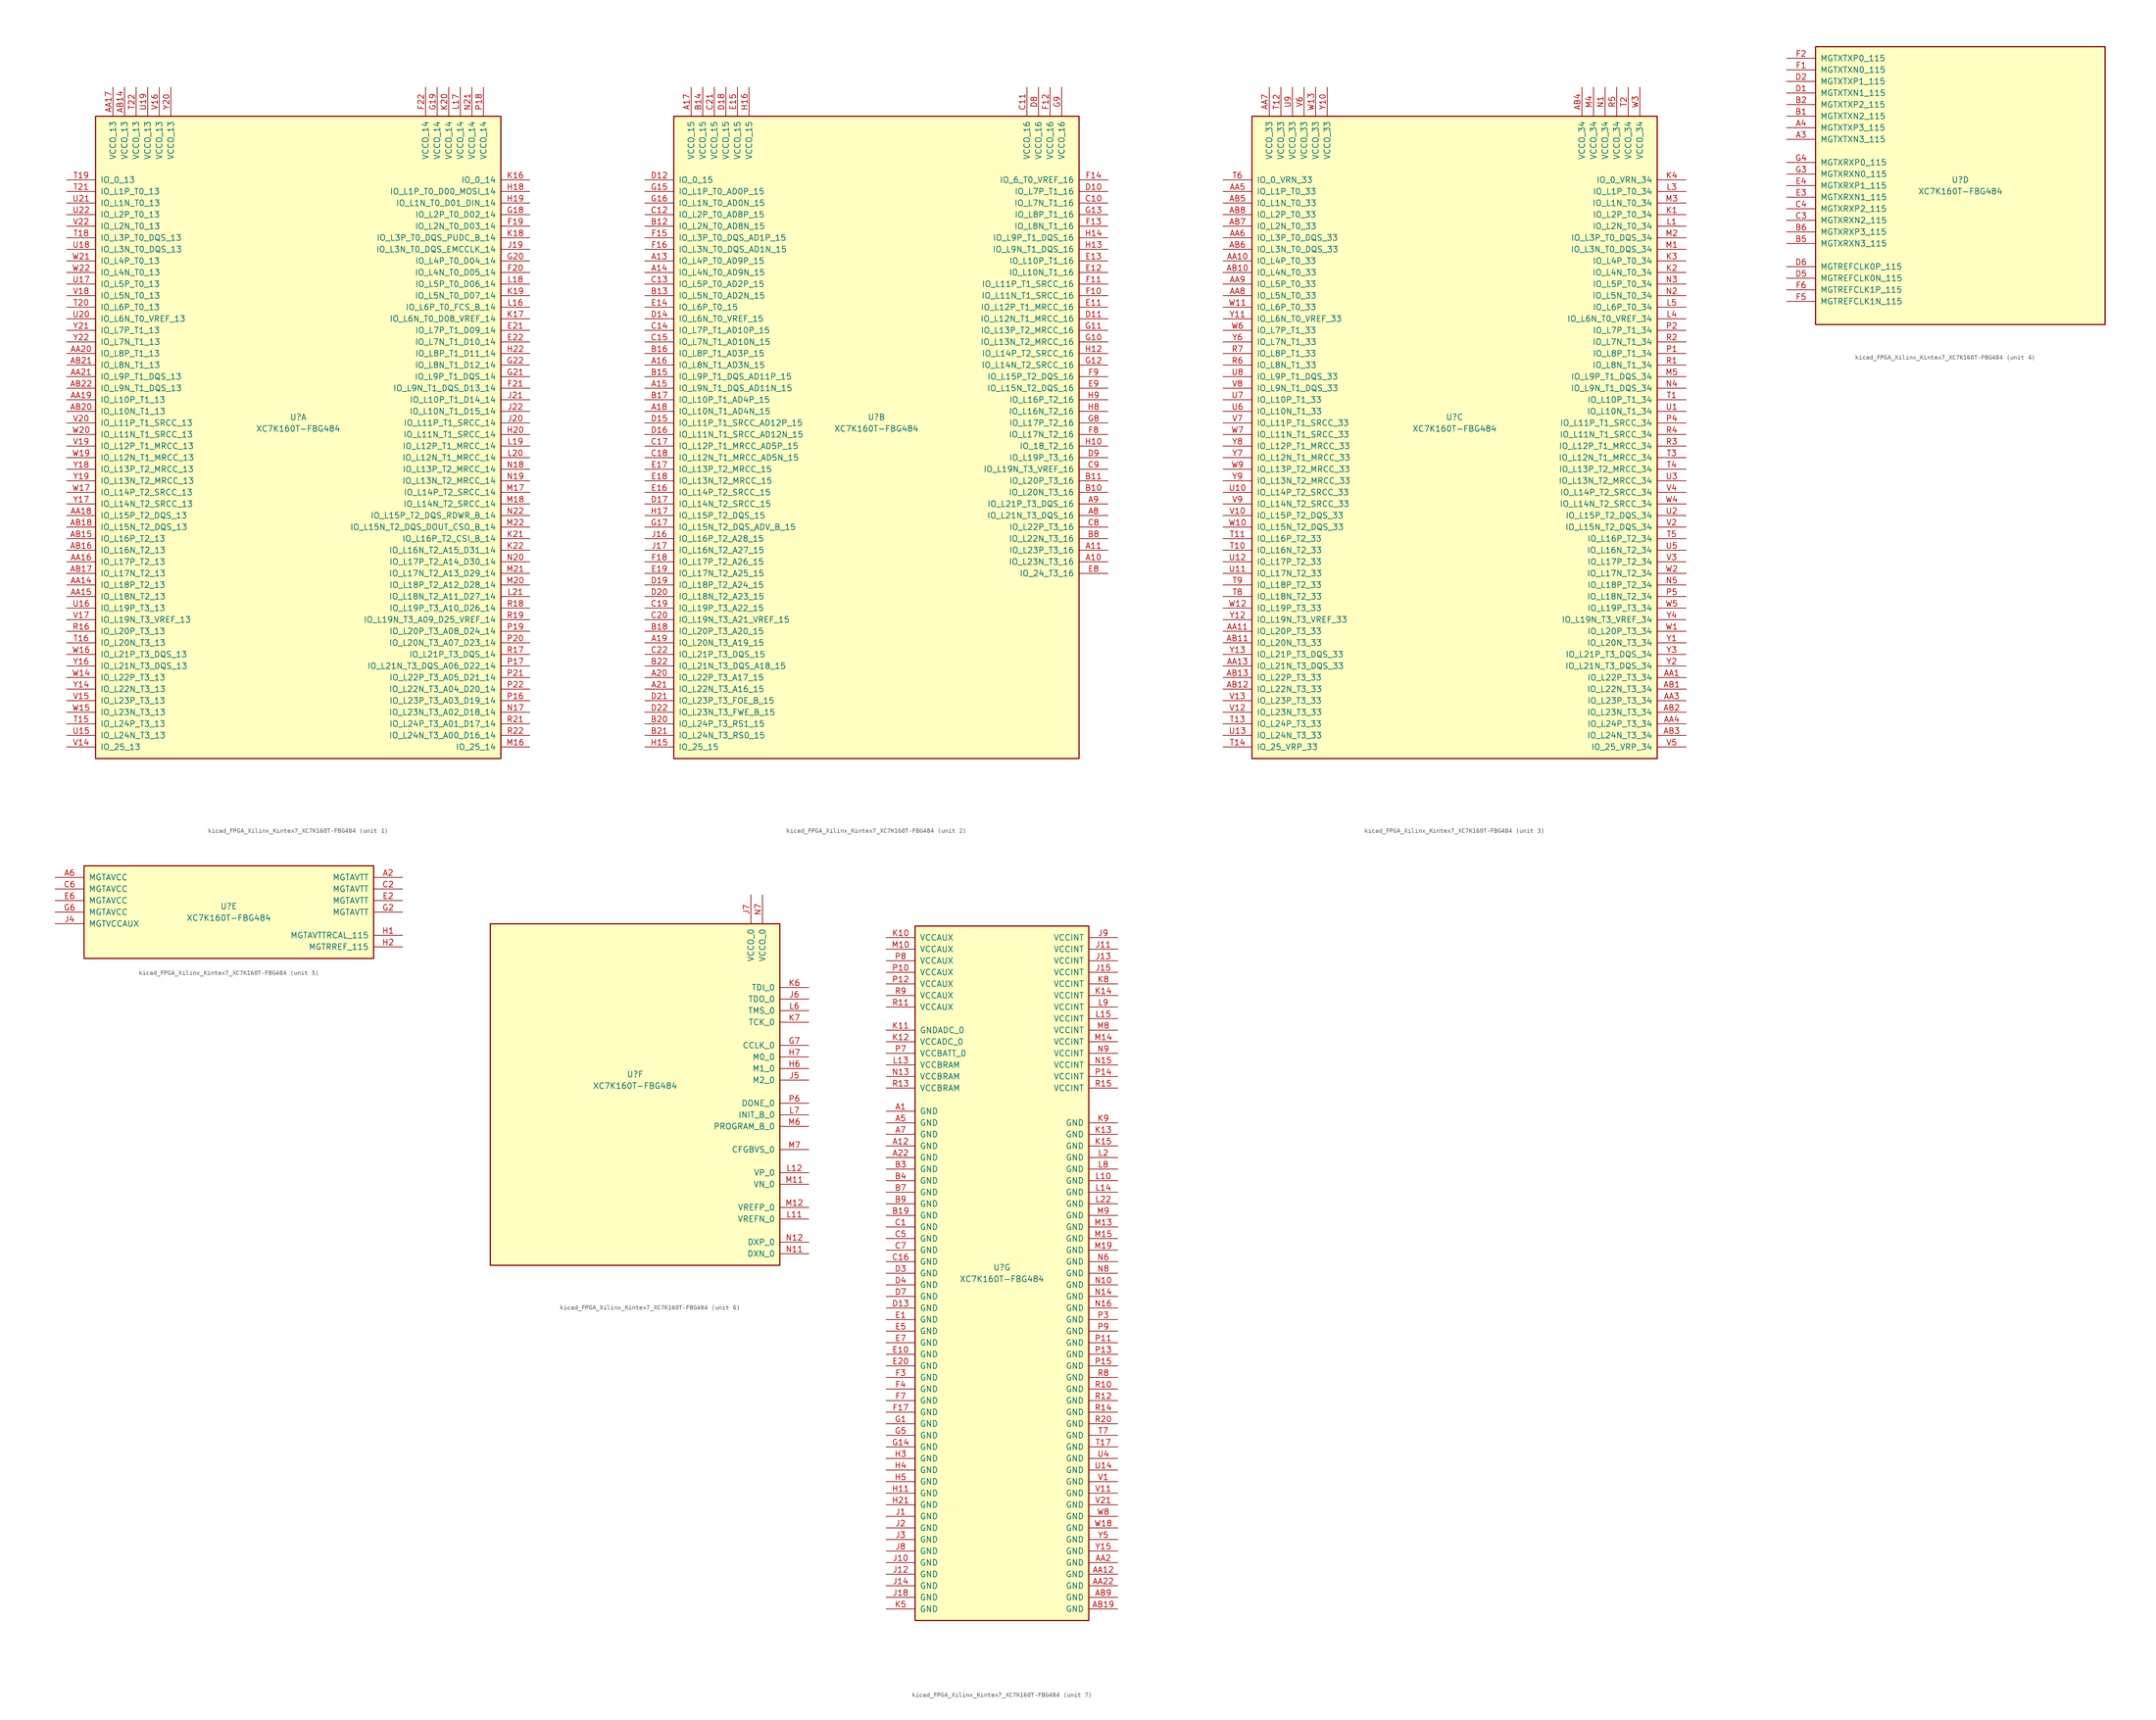
<source format=kicad_sym>
(kicad_symbol_lib
  (version 20220914)
  (generator kicad_symbol_editor)
  (symbol "kicad_FPGA_Xilinx_Kintex7_XC7K160T-FBG484"
    (pin_names
      (offset 1.016))
    (property "Reference" "U"
      (at 0 1.27 0)
      (effects (font (size 1.27 1.27))))
    (property "Value" "XC7K160T-FBG484"
      (at 0 -1.27 0)
      (effects (font (size 1.27 1.27))))
    (property "Datasheet" ""
      (at 0 0 0)
      (effects (font (size 1.27 1.27))))
    (property "ki_locked" ""
      (at 0 0 0)
      (effects (font (size 1.27 1.27))))
    (symbol "kicad_FPGA_Xilinx_Kintex7_XC7K160T-FBG484_1_1"
      (rectangle (start -44.45 67.31) (end 44.45 -73.66) (stroke (width 0.254) (type default)) (fill (type background)))
      (pin bidirectional line (at -50.8 -35.56 0) (length 6.35) (name "IO_L18P_T2_13" (effects (font (size 1.27 1.27)))) (number "AA14" (effects (font (size 1.27 1.27)))))
      (pin bidirectional line (at -50.8 -38.1 0) (length 6.35) (name "IO_L18N_T2_13" (effects (font (size 1.27 1.27)))) (number "AA15" (effects (font (size 1.27 1.27)))))
      (pin bidirectional line (at -50.8 -30.48 0) (length 6.35) (name "IO_L17P_T2_13" (effects (font (size 1.27 1.27)))) (number "AA16" (effects (font (size 1.27 1.27)))))
      (pin power_in line (at -40.64 73.66 270) (length 6.35) (name "VCCO_13" (effects (font (size 1.27 1.27)))) (number "AA17" (effects (font (size 1.27 1.27)))))
      (pin bidirectional line (at -50.8 -20.32 0) (length 6.35) (name "IO_L15P_T2_DQS_13" (effects (font (size 1.27 1.27)))) (number "AA18" (effects (font (size 1.27 1.27)))))
      (pin bidirectional line (at -50.8 5.08 0) (length 6.35) (name "IO_L10P_T1_13" (effects (font (size 1.27 1.27)))) (number "AA19" (effects (font (size 1.27 1.27)))))
      (pin bidirectional line (at -50.8 15.24 0) (length 6.35) (name "IO_L8P_T1_13" (effects (font (size 1.27 1.27)))) (number "AA20" (effects (font (size 1.27 1.27)))))
      (pin bidirectional line (at -50.8 10.16 0) (length 6.35) (name "IO_L9P_T1_DQS_13" (effects (font (size 1.27 1.27)))) (number "AA21" (effects (font (size 1.27 1.27)))))
      (pin power_in line (at -38.1 73.66 270) (length 6.35) (name "VCCO_13" (effects (font (size 1.27 1.27)))) (number "AB14" (effects (font (size 1.27 1.27)))))
      (pin bidirectional line (at -50.8 -25.4 0) (length 6.35) (name "IO_L16P_T2_13" (effects (font (size 1.27 1.27)))) (number "AB15" (effects (font (size 1.27 1.27)))))
      (pin bidirectional line (at -50.8 -27.94 0) (length 6.35) (name "IO_L16N_T2_13" (effects (font (size 1.27 1.27)))) (number "AB16" (effects (font (size 1.27 1.27)))))
      (pin bidirectional line (at -50.8 -33.02 0) (length 6.35) (name "IO_L17N_T2_13" (effects (font (size 1.27 1.27)))) (number "AB17" (effects (font (size 1.27 1.27)))))
      (pin bidirectional line (at -50.8 -22.86 0) (length 6.35) (name "IO_L15N_T2_DQS_13" (effects (font (size 1.27 1.27)))) (number "AB18" (effects (font (size 1.27 1.27)))))
      (pin bidirectional line (at -50.8 2.54 0) (length 6.35) (name "IO_L10N_T1_13" (effects (font (size 1.27 1.27)))) (number "AB20" (effects (font (size 1.27 1.27)))))
      (pin bidirectional line (at -50.8 12.7 0) (length 6.35) (name "IO_L8N_T1_13" (effects (font (size 1.27 1.27)))) (number "AB21" (effects (font (size 1.27 1.27)))))
      (pin bidirectional line (at -50.8 7.62 0) (length 6.35) (name "IO_L9N_T1_DQS_13" (effects (font (size 1.27 1.27)))) (number "AB22" (effects (font (size 1.27 1.27)))))
      (pin bidirectional line (at 50.8 20.32 180) (length 6.35) (name "IO_L7P_T1_D09_14" (effects (font (size 1.27 1.27)))) (number "E21" (effects (font (size 1.27 1.27)))))
      (pin bidirectional line (at 50.8 17.78 180) (length 6.35) (name "IO_L7N_T1_D10_14" (effects (font (size 1.27 1.27)))) (number "E22" (effects (font (size 1.27 1.27)))))
      (pin bidirectional line (at 50.8 43.18 180) (length 6.35) (name "IO_L2N_T0_D03_14" (effects (font (size 1.27 1.27)))) (number "F19" (effects (font (size 1.27 1.27)))))
      (pin bidirectional line (at 50.8 33.02 180) (length 6.35) (name "IO_L4N_T0_D05_14" (effects (font (size 1.27 1.27)))) (number "F20" (effects (font (size 1.27 1.27)))))
      (pin bidirectional line (at 50.8 7.62 180) (length 6.35) (name "IO_L9N_T1_DQS_D13_14" (effects (font (size 1.27 1.27)))) (number "F21" (effects (font (size 1.27 1.27)))))
      (pin power_in line (at 27.94 73.66 270) (length 6.35) (name "VCCO_14" (effects (font (size 1.27 1.27)))) (number "F22" (effects (font (size 1.27 1.27)))))
      (pin bidirectional line (at 50.8 45.72 180) (length 6.35) (name "IO_L2P_T0_D02_14" (effects (font (size 1.27 1.27)))) (number "G18" (effects (font (size 1.27 1.27)))))
      (pin power_in line (at 30.48 73.66 270) (length 6.35) (name "VCCO_14" (effects (font (size 1.27 1.27)))) (number "G19" (effects (font (size 1.27 1.27)))))
      (pin bidirectional line (at 50.8 35.56 180) (length 6.35) (name "IO_L4P_T0_D04_14" (effects (font (size 1.27 1.27)))) (number "G20" (effects (font (size 1.27 1.27)))))
      (pin bidirectional line (at 50.8 10.16 180) (length 6.35) (name "IO_L9P_T1_DQS_14" (effects (font (size 1.27 1.27)))) (number "G21" (effects (font (size 1.27 1.27)))))
      (pin bidirectional line (at 50.8 12.7 180) (length 6.35) (name "IO_L8N_T1_D12_14" (effects (font (size 1.27 1.27)))) (number "G22" (effects (font (size 1.27 1.27)))))
      (pin bidirectional line (at 50.8 50.8 180) (length 6.35) (name "IO_L1P_T0_D00_MOSI_14" (effects (font (size 1.27 1.27)))) (number "H18" (effects (font (size 1.27 1.27)))))
      (pin bidirectional line (at 50.8 48.26 180) (length 6.35) (name "IO_L1N_T0_D01_DIN_14" (effects (font (size 1.27 1.27)))) (number "H19" (effects (font (size 1.27 1.27)))))
      (pin bidirectional line (at 50.8 -2.54 180) (length 6.35) (name "IO_L11N_T1_SRCC_14" (effects (font (size 1.27 1.27)))) (number "H20" (effects (font (size 1.27 1.27)))))
      (pin bidirectional line (at 50.8 15.24 180) (length 6.35) (name "IO_L8P_T1_D11_14" (effects (font (size 1.27 1.27)))) (number "H22" (effects (font (size 1.27 1.27)))))
      (pin bidirectional line (at 50.8 38.1 180) (length 6.35) (name "IO_L3N_T0_DQS_EMCCLK_14" (effects (font (size 1.27 1.27)))) (number "J19" (effects (font (size 1.27 1.27)))))
      (pin bidirectional line (at 50.8 0 180) (length 6.35) (name "IO_L11P_T1_SRCC_14" (effects (font (size 1.27 1.27)))) (number "J20" (effects (font (size 1.27 1.27)))))
      (pin bidirectional line (at 50.8 5.08 180) (length 6.35) (name "IO_L10P_T1_D14_14" (effects (font (size 1.27 1.27)))) (number "J21" (effects (font (size 1.27 1.27)))))
      (pin bidirectional line (at 50.8 2.54 180) (length 6.35) (name "IO_L10N_T1_D15_14" (effects (font (size 1.27 1.27)))) (number "J22" (effects (font (size 1.27 1.27)))))
      (pin bidirectional line (at 50.8 53.34 180) (length 6.35) (name "IO_0_14" (effects (font (size 1.27 1.27)))) (number "K16" (effects (font (size 1.27 1.27)))))
      (pin bidirectional line (at 50.8 22.86 180) (length 6.35) (name "IO_L6N_T0_D08_VREF_14" (effects (font (size 1.27 1.27)))) (number "K17" (effects (font (size 1.27 1.27)))))
      (pin bidirectional line (at 50.8 40.64 180) (length 6.35) (name "IO_L3P_T0_DQS_PUDC_B_14" (effects (font (size 1.27 1.27)))) (number "K18" (effects (font (size 1.27 1.27)))))
      (pin bidirectional line (at 50.8 27.94 180) (length 6.35) (name "IO_L5N_T0_D07_14" (effects (font (size 1.27 1.27)))) (number "K19" (effects (font (size 1.27 1.27)))))
      (pin power_in line (at 33.02 73.66 270) (length 6.35) (name "VCCO_14" (effects (font (size 1.27 1.27)))) (number "K20" (effects (font (size 1.27 1.27)))))
      (pin bidirectional line (at 50.8 -25.4 180) (length 6.35) (name "IO_L16P_T2_CSI_B_14" (effects (font (size 1.27 1.27)))) (number "K21" (effects (font (size 1.27 1.27)))))
      (pin bidirectional line (at 50.8 -27.94 180) (length 6.35) (name "IO_L16N_T2_A15_D31_14" (effects (font (size 1.27 1.27)))) (number "K22" (effects (font (size 1.27 1.27)))))
      (pin bidirectional line (at 50.8 25.4 180) (length 6.35) (name "IO_L6P_T0_FCS_B_14" (effects (font (size 1.27 1.27)))) (number "L16" (effects (font (size 1.27 1.27)))))
      (pin power_in line (at 35.56 73.66 270) (length 6.35) (name "VCCO_14" (effects (font (size 1.27 1.27)))) (number "L17" (effects (font (size 1.27 1.27)))))
      (pin bidirectional line (at 50.8 30.48 180) (length 6.35) (name "IO_L5P_T0_D06_14" (effects (font (size 1.27 1.27)))) (number "L18" (effects (font (size 1.27 1.27)))))
      (pin bidirectional line (at 50.8 -5.08 180) (length 6.35) (name "IO_L12P_T1_MRCC_14" (effects (font (size 1.27 1.27)))) (number "L19" (effects (font (size 1.27 1.27)))))
      (pin bidirectional line (at 50.8 -7.62 180) (length 6.35) (name "IO_L12N_T1_MRCC_14" (effects (font (size 1.27 1.27)))) (number "L20" (effects (font (size 1.27 1.27)))))
      (pin bidirectional line (at 50.8 -38.1 180) (length 6.35) (name "IO_L18N_T2_A11_D27_14" (effects (font (size 1.27 1.27)))) (number "L21" (effects (font (size 1.27 1.27)))))
      (pin bidirectional line (at 50.8 -71.12 180) (length 6.35) (name "IO_25_14" (effects (font (size 1.27 1.27)))) (number "M16" (effects (font (size 1.27 1.27)))))
      (pin bidirectional line (at 50.8 -15.24 180) (length 6.35) (name "IO_L14P_T2_SRCC_14" (effects (font (size 1.27 1.27)))) (number "M17" (effects (font (size 1.27 1.27)))))
      (pin bidirectional line (at 50.8 -17.78 180) (length 6.35) (name "IO_L14N_T2_SRCC_14" (effects (font (size 1.27 1.27)))) (number "M18" (effects (font (size 1.27 1.27)))))
      (pin bidirectional line (at 50.8 -35.56 180) (length 6.35) (name "IO_L18P_T2_A12_D28_14" (effects (font (size 1.27 1.27)))) (number "M20" (effects (font (size 1.27 1.27)))))
      (pin bidirectional line (at 50.8 -33.02 180) (length 6.35) (name "IO_L17N_T2_A13_D29_14" (effects (font (size 1.27 1.27)))) (number "M21" (effects (font (size 1.27 1.27)))))
      (pin bidirectional line (at 50.8 -22.86 180) (length 6.35) (name "IO_L15N_T2_DQS_DOUT_CSO_B_14" (effects (font (size 1.27 1.27)))) (number "M22" (effects (font (size 1.27 1.27)))))
      (pin bidirectional line (at 50.8 -63.5 180) (length 6.35) (name "IO_L23N_T3_A02_D18_14" (effects (font (size 1.27 1.27)))) (number "N17" (effects (font (size 1.27 1.27)))))
      (pin bidirectional line (at 50.8 -10.16 180) (length 6.35) (name "IO_L13P_T2_MRCC_14" (effects (font (size 1.27 1.27)))) (number "N18" (effects (font (size 1.27 1.27)))))
      (pin bidirectional line (at 50.8 -12.7 180) (length 6.35) (name "IO_L13N_T2_MRCC_14" (effects (font (size 1.27 1.27)))) (number "N19" (effects (font (size 1.27 1.27)))))
      (pin bidirectional line (at 50.8 -30.48 180) (length 6.35) (name "IO_L17P_T2_A14_D30_14" (effects (font (size 1.27 1.27)))) (number "N20" (effects (font (size 1.27 1.27)))))
      (pin power_in line (at 38.1 73.66 270) (length 6.35) (name "VCCO_14" (effects (font (size 1.27 1.27)))) (number "N21" (effects (font (size 1.27 1.27)))))
      (pin bidirectional line (at 50.8 -20.32 180) (length 6.35) (name "IO_L15P_T2_DQS_RDWR_B_14" (effects (font (size 1.27 1.27)))) (number "N22" (effects (font (size 1.27 1.27)))))
      (pin bidirectional line (at 50.8 -60.96 180) (length 6.35) (name "IO_L23P_T3_A03_D19_14" (effects (font (size 1.27 1.27)))) (number "P16" (effects (font (size 1.27 1.27)))))
      (pin bidirectional line (at 50.8 -53.34 180) (length 6.35) (name "IO_L21N_T3_DQS_A06_D22_14" (effects (font (size 1.27 1.27)))) (number "P17" (effects (font (size 1.27 1.27)))))
      (pin power_in line (at 40.64 73.66 270) (length 6.35) (name "VCCO_14" (effects (font (size 1.27 1.27)))) (number "P18" (effects (font (size 1.27 1.27)))))
      (pin bidirectional line (at 50.8 -45.72 180) (length 6.35) (name "IO_L20P_T3_A08_D24_14" (effects (font (size 1.27 1.27)))) (number "P19" (effects (font (size 1.27 1.27)))))
      (pin bidirectional line (at 50.8 -48.26 180) (length 6.35) (name "IO_L20N_T3_A07_D23_14" (effects (font (size 1.27 1.27)))) (number "P20" (effects (font (size 1.27 1.27)))))
      (pin bidirectional line (at 50.8 -55.88 180) (length 6.35) (name "IO_L22P_T3_A05_D21_14" (effects (font (size 1.27 1.27)))) (number "P21" (effects (font (size 1.27 1.27)))))
      (pin bidirectional line (at 50.8 -58.42 180) (length 6.35) (name "IO_L22N_T3_A04_D20_14" (effects (font (size 1.27 1.27)))) (number "P22" (effects (font (size 1.27 1.27)))))
      (pin bidirectional line (at -50.8 -45.72 0) (length 6.35) (name "IO_L20P_T3_13" (effects (font (size 1.27 1.27)))) (number "R16" (effects (font (size 1.27 1.27)))))
      (pin bidirectional line (at 50.8 -50.8 180) (length 6.35) (name "IO_L21P_T3_DQS_14" (effects (font (size 1.27 1.27)))) (number "R17" (effects (font (size 1.27 1.27)))))
      (pin bidirectional line (at 50.8 -40.64 180) (length 6.35) (name "IO_L19P_T3_A10_D26_14" (effects (font (size 1.27 1.27)))) (number "R18" (effects (font (size 1.27 1.27)))))
      (pin bidirectional line (at 50.8 -43.18 180) (length 6.35) (name "IO_L19N_T3_A09_D25_VREF_14" (effects (font (size 1.27 1.27)))) (number "R19" (effects (font (size 1.27 1.27)))))
      (pin bidirectional line (at 50.8 -66.04 180) (length 6.35) (name "IO_L24P_T3_A01_D17_14" (effects (font (size 1.27 1.27)))) (number "R21" (effects (font (size 1.27 1.27)))))
      (pin bidirectional line (at 50.8 -68.58 180) (length 6.35) (name "IO_L24N_T3_A00_D16_14" (effects (font (size 1.27 1.27)))) (number "R22" (effects (font (size 1.27 1.27)))))
      (pin bidirectional line (at -50.8 -66.04 0) (length 6.35) (name "IO_L24P_T3_13" (effects (font (size 1.27 1.27)))) (number "T15" (effects (font (size 1.27 1.27)))))
      (pin bidirectional line (at -50.8 -48.26 0) (length 6.35) (name "IO_L20N_T3_13" (effects (font (size 1.27 1.27)))) (number "T16" (effects (font (size 1.27 1.27)))))
      (pin bidirectional line (at -50.8 40.64 0) (length 6.35) (name "IO_L3P_T0_DQS_13" (effects (font (size 1.27 1.27)))) (number "T18" (effects (font (size 1.27 1.27)))))
      (pin bidirectional line (at -50.8 53.34 0) (length 6.35) (name "IO_0_13" (effects (font (size 1.27 1.27)))) (number "T19" (effects (font (size 1.27 1.27)))))
      (pin bidirectional line (at -50.8 25.4 0) (length 6.35) (name "IO_L6P_T0_13" (effects (font (size 1.27 1.27)))) (number "T20" (effects (font (size 1.27 1.27)))))
      (pin bidirectional line (at -50.8 50.8 0) (length 6.35) (name "IO_L1P_T0_13" (effects (font (size 1.27 1.27)))) (number "T21" (effects (font (size 1.27 1.27)))))
      (pin power_in line (at -35.56 73.66 270) (length 6.35) (name "VCCO_13" (effects (font (size 1.27 1.27)))) (number "T22" (effects (font (size 1.27 1.27)))))
      (pin bidirectional line (at -50.8 -68.58 0) (length 6.35) (name "IO_L24N_T3_13" (effects (font (size 1.27 1.27)))) (number "U15" (effects (font (size 1.27 1.27)))))
      (pin bidirectional line (at -50.8 -40.64 0) (length 6.35) (name "IO_L19P_T3_13" (effects (font (size 1.27 1.27)))) (number "U16" (effects (font (size 1.27 1.27)))))
      (pin bidirectional line (at -50.8 30.48 0) (length 6.35) (name "IO_L5P_T0_13" (effects (font (size 1.27 1.27)))) (number "U17" (effects (font (size 1.27 1.27)))))
      (pin bidirectional line (at -50.8 38.1 0) (length 6.35) (name "IO_L3N_T0_DQS_13" (effects (font (size 1.27 1.27)))) (number "U18" (effects (font (size 1.27 1.27)))))
      (pin power_in line (at -33.02 73.66 270) (length 6.35) (name "VCCO_13" (effects (font (size 1.27 1.27)))) (number "U19" (effects (font (size 1.27 1.27)))))
      (pin bidirectional line (at -50.8 22.86 0) (length 6.35) (name "IO_L6N_T0_VREF_13" (effects (font (size 1.27 1.27)))) (number "U20" (effects (font (size 1.27 1.27)))))
      (pin bidirectional line (at -50.8 48.26 0) (length 6.35) (name "IO_L1N_T0_13" (effects (font (size 1.27 1.27)))) (number "U21" (effects (font (size 1.27 1.27)))))
      (pin bidirectional line (at -50.8 45.72 0) (length 6.35) (name "IO_L2P_T0_13" (effects (font (size 1.27 1.27)))) (number "U22" (effects (font (size 1.27 1.27)))))
      (pin bidirectional line (at -50.8 -71.12 0) (length 6.35) (name "IO_25_13" (effects (font (size 1.27 1.27)))) (number "V14" (effects (font (size 1.27 1.27)))))
      (pin bidirectional line (at -50.8 -60.96 0) (length 6.35) (name "IO_L23P_T3_13" (effects (font (size 1.27 1.27)))) (number "V15" (effects (font (size 1.27 1.27)))))
      (pin power_in line (at -30.48 73.66 270) (length 6.35) (name "VCCO_13" (effects (font (size 1.27 1.27)))) (number "V16" (effects (font (size 1.27 1.27)))))
      (pin bidirectional line (at -50.8 -43.18 0) (length 6.35) (name "IO_L19N_T3_VREF_13" (effects (font (size 1.27 1.27)))) (number "V17" (effects (font (size 1.27 1.27)))))
      (pin bidirectional line (at -50.8 27.94 0) (length 6.35) (name "IO_L5N_T0_13" (effects (font (size 1.27 1.27)))) (number "V18" (effects (font (size 1.27 1.27)))))
      (pin bidirectional line (at -50.8 -5.08 0) (length 6.35) (name "IO_L12P_T1_MRCC_13" (effects (font (size 1.27 1.27)))) (number "V19" (effects (font (size 1.27 1.27)))))
      (pin bidirectional line (at -50.8 0 0) (length 6.35) (name "IO_L11P_T1_SRCC_13" (effects (font (size 1.27 1.27)))) (number "V20" (effects (font (size 1.27 1.27)))))
      (pin bidirectional line (at -50.8 43.18 0) (length 6.35) (name "IO_L2N_T0_13" (effects (font (size 1.27 1.27)))) (number "V22" (effects (font (size 1.27 1.27)))))
      (pin bidirectional line (at -50.8 -55.88 0) (length 6.35) (name "IO_L22P_T3_13" (effects (font (size 1.27 1.27)))) (number "W14" (effects (font (size 1.27 1.27)))))
      (pin bidirectional line (at -50.8 -63.5 0) (length 6.35) (name "IO_L23N_T3_13" (effects (font (size 1.27 1.27)))) (number "W15" (effects (font (size 1.27 1.27)))))
      (pin bidirectional line (at -50.8 -50.8 0) (length 6.35) (name "IO_L21P_T3_DQS_13" (effects (font (size 1.27 1.27)))) (number "W16" (effects (font (size 1.27 1.27)))))
      (pin bidirectional line (at -50.8 -15.24 0) (length 6.35) (name "IO_L14P_T2_SRCC_13" (effects (font (size 1.27 1.27)))) (number "W17" (effects (font (size 1.27 1.27)))))
      (pin bidirectional line (at -50.8 -7.62 0) (length 6.35) (name "IO_L12N_T1_MRCC_13" (effects (font (size 1.27 1.27)))) (number "W19" (effects (font (size 1.27 1.27)))))
      (pin bidirectional line (at -50.8 -2.54 0) (length 6.35) (name "IO_L11N_T1_SRCC_13" (effects (font (size 1.27 1.27)))) (number "W20" (effects (font (size 1.27 1.27)))))
      (pin bidirectional line (at -50.8 35.56 0) (length 6.35) (name "IO_L4P_T0_13" (effects (font (size 1.27 1.27)))) (number "W21" (effects (font (size 1.27 1.27)))))
      (pin bidirectional line (at -50.8 33.02 0) (length 6.35) (name "IO_L4N_T0_13" (effects (font (size 1.27 1.27)))) (number "W22" (effects (font (size 1.27 1.27)))))
      (pin bidirectional line (at -50.8 -58.42 0) (length 6.35) (name "IO_L22N_T3_13" (effects (font (size 1.27 1.27)))) (number "Y14" (effects (font (size 1.27 1.27)))))
      (pin bidirectional line (at -50.8 -53.34 0) (length 6.35) (name "IO_L21N_T3_DQS_13" (effects (font (size 1.27 1.27)))) (number "Y16" (effects (font (size 1.27 1.27)))))
      (pin bidirectional line (at -50.8 -17.78 0) (length 6.35) (name "IO_L14N_T2_SRCC_13" (effects (font (size 1.27 1.27)))) (number "Y17" (effects (font (size 1.27 1.27)))))
      (pin bidirectional line (at -50.8 -10.16 0) (length 6.35) (name "IO_L13P_T2_MRCC_13" (effects (font (size 1.27 1.27)))) (number "Y18" (effects (font (size 1.27 1.27)))))
      (pin bidirectional line (at -50.8 -12.7 0) (length 6.35) (name "IO_L13N_T2_MRCC_13" (effects (font (size 1.27 1.27)))) (number "Y19" (effects (font (size 1.27 1.27)))))
      (pin power_in line (at -27.94 73.66 270) (length 6.35) (name "VCCO_13" (effects (font (size 1.27 1.27)))) (number "Y20" (effects (font (size 1.27 1.27)))))
      (pin bidirectional line (at -50.8 20.32 0) (length 6.35) (name "IO_L7P_T1_13" (effects (font (size 1.27 1.27)))) (number "Y21" (effects (font (size 1.27 1.27)))))
      (pin bidirectional line (at -50.8 17.78 0) (length 6.35) (name "IO_L7N_T1_13" (effects (font (size 1.27 1.27)))) (number "Y22" (effects (font (size 1.27 1.27))))))
    (symbol "kicad_FPGA_Xilinx_Kintex7_XC7K160T-FBG484_2_1"
      (rectangle (start -44.45 67.31) (end 44.45 -73.66) (stroke (width 0.254) (type default)) (fill (type background)))
      (pin bidirectional line (at 50.8 -30.48 180) (length 6.35) (name "IO_L23N_T3_16" (effects (font (size 1.27 1.27)))) (number "A10" (effects (font (size 1.27 1.27)))))
      (pin bidirectional line (at 50.8 -27.94 180) (length 6.35) (name "IO_L23P_T3_16" (effects (font (size 1.27 1.27)))) (number "A11" (effects (font (size 1.27 1.27)))))
      (pin bidirectional line (at -50.8 35.56 0) (length 6.35) (name "IO_L4P_T0_AD9P_15" (effects (font (size 1.27 1.27)))) (number "A13" (effects (font (size 1.27 1.27)))))
      (pin bidirectional line (at -50.8 33.02 0) (length 6.35) (name "IO_L4N_T0_AD9N_15" (effects (font (size 1.27 1.27)))) (number "A14" (effects (font (size 1.27 1.27)))))
      (pin bidirectional line (at -50.8 7.62 0) (length 6.35) (name "IO_L9N_T1_DQS_AD11N_15" (effects (font (size 1.27 1.27)))) (number "A15" (effects (font (size 1.27 1.27)))))
      (pin bidirectional line (at -50.8 12.7 0) (length 6.35) (name "IO_L8N_T1_AD3N_15" (effects (font (size 1.27 1.27)))) (number "A16" (effects (font (size 1.27 1.27)))))
      (pin power_in line (at -40.64 73.66 270) (length 6.35) (name "VCCO_15" (effects (font (size 1.27 1.27)))) (number "A17" (effects (font (size 1.27 1.27)))))
      (pin bidirectional line (at -50.8 2.54 0) (length 6.35) (name "IO_L10N_T1_AD4N_15" (effects (font (size 1.27 1.27)))) (number "A18" (effects (font (size 1.27 1.27)))))
      (pin bidirectional line (at -50.8 -48.26 0) (length 6.35) (name "IO_L20N_T3_A19_15" (effects (font (size 1.27 1.27)))) (number "A19" (effects (font (size 1.27 1.27)))))
      (pin bidirectional line (at -50.8 -55.88 0) (length 6.35) (name "IO_L22P_T3_A17_15" (effects (font (size 1.27 1.27)))) (number "A20" (effects (font (size 1.27 1.27)))))
      (pin bidirectional line (at -50.8 -58.42 0) (length 6.35) (name "IO_L22N_T3_A16_15" (effects (font (size 1.27 1.27)))) (number "A21" (effects (font (size 1.27 1.27)))))
      (pin bidirectional line (at 50.8 -20.32 180) (length 6.35) (name "IO_L21N_T3_DQS_16" (effects (font (size 1.27 1.27)))) (number "A8" (effects (font (size 1.27 1.27)))))
      (pin bidirectional line (at 50.8 -17.78 180) (length 6.35) (name "IO_L21P_T3_DQS_16" (effects (font (size 1.27 1.27)))) (number "A9" (effects (font (size 1.27 1.27)))))
      (pin bidirectional line (at 50.8 -15.24 180) (length 6.35) (name "IO_L20N_T3_16" (effects (font (size 1.27 1.27)))) (number "B10" (effects (font (size 1.27 1.27)))))
      (pin bidirectional line (at 50.8 -12.7 180) (length 6.35) (name "IO_L20P_T3_16" (effects (font (size 1.27 1.27)))) (number "B11" (effects (font (size 1.27 1.27)))))
      (pin bidirectional line (at -50.8 43.18 0) (length 6.35) (name "IO_L2N_T0_AD8N_15" (effects (font (size 1.27 1.27)))) (number "B12" (effects (font (size 1.27 1.27)))))
      (pin bidirectional line (at -50.8 27.94 0) (length 6.35) (name "IO_L5N_T0_AD2N_15" (effects (font (size 1.27 1.27)))) (number "B13" (effects (font (size 1.27 1.27)))))
      (pin power_in line (at -38.1 73.66 270) (length 6.35) (name "VCCO_15" (effects (font (size 1.27 1.27)))) (number "B14" (effects (font (size 1.27 1.27)))))
      (pin bidirectional line (at -50.8 10.16 0) (length 6.35) (name "IO_L9P_T1_DQS_AD11P_15" (effects (font (size 1.27 1.27)))) (number "B15" (effects (font (size 1.27 1.27)))))
      (pin bidirectional line (at -50.8 15.24 0) (length 6.35) (name "IO_L8P_T1_AD3P_15" (effects (font (size 1.27 1.27)))) (number "B16" (effects (font (size 1.27 1.27)))))
      (pin bidirectional line (at -50.8 5.08 0) (length 6.35) (name "IO_L10P_T1_AD4P_15" (effects (font (size 1.27 1.27)))) (number "B17" (effects (font (size 1.27 1.27)))))
      (pin bidirectional line (at -50.8 -45.72 0) (length 6.35) (name "IO_L20P_T3_A20_15" (effects (font (size 1.27 1.27)))) (number "B18" (effects (font (size 1.27 1.27)))))
      (pin bidirectional line (at -50.8 -66.04 0) (length 6.35) (name "IO_L24P_T3_RS1_15" (effects (font (size 1.27 1.27)))) (number "B20" (effects (font (size 1.27 1.27)))))
      (pin bidirectional line (at -50.8 -68.58 0) (length 6.35) (name "IO_L24N_T3_RS0_15" (effects (font (size 1.27 1.27)))) (number "B21" (effects (font (size 1.27 1.27)))))
      (pin bidirectional line (at -50.8 -53.34 0) (length 6.35) (name "IO_L21N_T3_DQS_A18_15" (effects (font (size 1.27 1.27)))) (number "B22" (effects (font (size 1.27 1.27)))))
      (pin bidirectional line (at 50.8 -25.4 180) (length 6.35) (name "IO_L22N_T3_16" (effects (font (size 1.27 1.27)))) (number "B8" (effects (font (size 1.27 1.27)))))
      (pin bidirectional line (at 50.8 48.26 180) (length 6.35) (name "IO_L7N_T1_16" (effects (font (size 1.27 1.27)))) (number "C10" (effects (font (size 1.27 1.27)))))
      (pin power_in line (at 33.02 73.66 270) (length 6.35) (name "VCCO_16" (effects (font (size 1.27 1.27)))) (number "C11" (effects (font (size 1.27 1.27)))))
      (pin bidirectional line (at -50.8 45.72 0) (length 6.35) (name "IO_L2P_T0_AD8P_15" (effects (font (size 1.27 1.27)))) (number "C12" (effects (font (size 1.27 1.27)))))
      (pin bidirectional line (at -50.8 30.48 0) (length 6.35) (name "IO_L5P_T0_AD2P_15" (effects (font (size 1.27 1.27)))) (number "C13" (effects (font (size 1.27 1.27)))))
      (pin bidirectional line (at -50.8 20.32 0) (length 6.35) (name "IO_L7P_T1_AD10P_15" (effects (font (size 1.27 1.27)))) (number "C14" (effects (font (size 1.27 1.27)))))
      (pin bidirectional line (at -50.8 17.78 0) (length 6.35) (name "IO_L7N_T1_AD10N_15" (effects (font (size 1.27 1.27)))) (number "C15" (effects (font (size 1.27 1.27)))))
      (pin bidirectional line (at -50.8 -5.08 0) (length 6.35) (name "IO_L12P_T1_MRCC_AD5P_15" (effects (font (size 1.27 1.27)))) (number "C17" (effects (font (size 1.27 1.27)))))
      (pin bidirectional line (at -50.8 -7.62 0) (length 6.35) (name "IO_L12N_T1_MRCC_AD5N_15" (effects (font (size 1.27 1.27)))) (number "C18" (effects (font (size 1.27 1.27)))))
      (pin bidirectional line (at -50.8 -40.64 0) (length 6.35) (name "IO_L19P_T3_A22_15" (effects (font (size 1.27 1.27)))) (number "C19" (effects (font (size 1.27 1.27)))))
      (pin bidirectional line (at -50.8 -43.18 0) (length 6.35) (name "IO_L19N_T3_A21_VREF_15" (effects (font (size 1.27 1.27)))) (number "C20" (effects (font (size 1.27 1.27)))))
      (pin power_in line (at -35.56 73.66 270) (length 6.35) (name "VCCO_15" (effects (font (size 1.27 1.27)))) (number "C21" (effects (font (size 1.27 1.27)))))
      (pin bidirectional line (at -50.8 -50.8 0) (length 6.35) (name "IO_L21P_T3_DQS_15" (effects (font (size 1.27 1.27)))) (number "C22" (effects (font (size 1.27 1.27)))))
      (pin bidirectional line (at 50.8 -22.86 180) (length 6.35) (name "IO_L22P_T3_16" (effects (font (size 1.27 1.27)))) (number "C8" (effects (font (size 1.27 1.27)))))
      (pin bidirectional line (at 50.8 -10.16 180) (length 6.35) (name "IO_L19N_T3_VREF_16" (effects (font (size 1.27 1.27)))) (number "C9" (effects (font (size 1.27 1.27)))))
      (pin bidirectional line (at 50.8 50.8 180) (length 6.35) (name "IO_L7P_T1_16" (effects (font (size 1.27 1.27)))) (number "D10" (effects (font (size 1.27 1.27)))))
      (pin bidirectional line (at 50.8 22.86 180) (length 6.35) (name "IO_L12N_T1_MRCC_16" (effects (font (size 1.27 1.27)))) (number "D11" (effects (font (size 1.27 1.27)))))
      (pin bidirectional line (at -50.8 53.34 0) (length 6.35) (name "IO_0_15" (effects (font (size 1.27 1.27)))) (number "D12" (effects (font (size 1.27 1.27)))))
      (pin bidirectional line (at -50.8 22.86 0) (length 6.35) (name "IO_L6N_T0_VREF_15" (effects (font (size 1.27 1.27)))) (number "D14" (effects (font (size 1.27 1.27)))))
      (pin bidirectional line (at -50.8 0 0) (length 6.35) (name "IO_L11P_T1_SRCC_AD12P_15" (effects (font (size 1.27 1.27)))) (number "D15" (effects (font (size 1.27 1.27)))))
      (pin bidirectional line (at -50.8 -2.54 0) (length 6.35) (name "IO_L11N_T1_SRCC_AD12N_15" (effects (font (size 1.27 1.27)))) (number "D16" (effects (font (size 1.27 1.27)))))
      (pin bidirectional line (at -50.8 -17.78 0) (length 6.35) (name "IO_L14N_T2_SRCC_15" (effects (font (size 1.27 1.27)))) (number "D17" (effects (font (size 1.27 1.27)))))
      (pin power_in line (at -33.02 73.66 270) (length 6.35) (name "VCCO_15" (effects (font (size 1.27 1.27)))) (number "D18" (effects (font (size 1.27 1.27)))))
      (pin bidirectional line (at -50.8 -35.56 0) (length 6.35) (name "IO_L18P_T2_A24_15" (effects (font (size 1.27 1.27)))) (number "D19" (effects (font (size 1.27 1.27)))))
      (pin bidirectional line (at -50.8 -38.1 0) (length 6.35) (name "IO_L18N_T2_A23_15" (effects (font (size 1.27 1.27)))) (number "D20" (effects (font (size 1.27 1.27)))))
      (pin bidirectional line (at -50.8 -60.96 0) (length 6.35) (name "IO_L23P_T3_FOE_B_15" (effects (font (size 1.27 1.27)))) (number "D21" (effects (font (size 1.27 1.27)))))
      (pin bidirectional line (at -50.8 -63.5 0) (length 6.35) (name "IO_L23N_T3_FWE_B_15" (effects (font (size 1.27 1.27)))) (number "D22" (effects (font (size 1.27 1.27)))))
      (pin power_in line (at 35.56 73.66 270) (length 6.35) (name "VCCO_16" (effects (font (size 1.27 1.27)))) (number "D8" (effects (font (size 1.27 1.27)))))
      (pin bidirectional line (at 50.8 -7.62 180) (length 6.35) (name "IO_L19P_T3_16" (effects (font (size 1.27 1.27)))) (number "D9" (effects (font (size 1.27 1.27)))))
      (pin bidirectional line (at 50.8 25.4 180) (length 6.35) (name "IO_L12P_T1_MRCC_16" (effects (font (size 1.27 1.27)))) (number "E11" (effects (font (size 1.27 1.27)))))
      (pin bidirectional line (at 50.8 33.02 180) (length 6.35) (name "IO_L10N_T1_16" (effects (font (size 1.27 1.27)))) (number "E12" (effects (font (size 1.27 1.27)))))
      (pin bidirectional line (at 50.8 35.56 180) (length 6.35) (name "IO_L10P_T1_16" (effects (font (size 1.27 1.27)))) (number "E13" (effects (font (size 1.27 1.27)))))
      (pin bidirectional line (at -50.8 25.4 0) (length 6.35) (name "IO_L6P_T0_15" (effects (font (size 1.27 1.27)))) (number "E14" (effects (font (size 1.27 1.27)))))
      (pin power_in line (at -30.48 73.66 270) (length 6.35) (name "VCCO_15" (effects (font (size 1.27 1.27)))) (number "E15" (effects (font (size 1.27 1.27)))))
      (pin bidirectional line (at -50.8 -15.24 0) (length 6.35) (name "IO_L14P_T2_SRCC_15" (effects (font (size 1.27 1.27)))) (number "E16" (effects (font (size 1.27 1.27)))))
      (pin bidirectional line (at -50.8 -10.16 0) (length 6.35) (name "IO_L13P_T2_MRCC_15" (effects (font (size 1.27 1.27)))) (number "E17" (effects (font (size 1.27 1.27)))))
      (pin bidirectional line (at -50.8 -12.7 0) (length 6.35) (name "IO_L13N_T2_MRCC_15" (effects (font (size 1.27 1.27)))) (number "E18" (effects (font (size 1.27 1.27)))))
      (pin bidirectional line (at -50.8 -33.02 0) (length 6.35) (name "IO_L17N_T2_A25_15" (effects (font (size 1.27 1.27)))) (number "E19" (effects (font (size 1.27 1.27)))))
      (pin bidirectional line (at 50.8 -33.02 180) (length 6.35) (name "IO_24_T3_16" (effects (font (size 1.27 1.27)))) (number "E8" (effects (font (size 1.27 1.27)))))
      (pin bidirectional line (at 50.8 7.62 180) (length 6.35) (name "IO_L15N_T2_DQS_16" (effects (font (size 1.27 1.27)))) (number "E9" (effects (font (size 1.27 1.27)))))
      (pin bidirectional line (at 50.8 27.94 180) (length 6.35) (name "IO_L11N_T1_SRCC_16" (effects (font (size 1.27 1.27)))) (number "F10" (effects (font (size 1.27 1.27)))))
      (pin bidirectional line (at 50.8 30.48 180) (length 6.35) (name "IO_L11P_T1_SRCC_16" (effects (font (size 1.27 1.27)))) (number "F11" (effects (font (size 1.27 1.27)))))
      (pin power_in line (at 38.1 73.66 270) (length 6.35) (name "VCCO_16" (effects (font (size 1.27 1.27)))) (number "F12" (effects (font (size 1.27 1.27)))))
      (pin bidirectional line (at 50.8 43.18 180) (length 6.35) (name "IO_L8N_T1_16" (effects (font (size 1.27 1.27)))) (number "F13" (effects (font (size 1.27 1.27)))))
      (pin bidirectional line (at 50.8 53.34 180) (length 6.35) (name "IO_6_T0_VREF_16" (effects (font (size 1.27 1.27)))) (number "F14" (effects (font (size 1.27 1.27)))))
      (pin bidirectional line (at -50.8 40.64 0) (length 6.35) (name "IO_L3P_T0_DQS_AD1P_15" (effects (font (size 1.27 1.27)))) (number "F15" (effects (font (size 1.27 1.27)))))
      (pin bidirectional line (at -50.8 38.1 0) (length 6.35) (name "IO_L3N_T0_DQS_AD1N_15" (effects (font (size 1.27 1.27)))) (number "F16" (effects (font (size 1.27 1.27)))))
      (pin bidirectional line (at -50.8 -30.48 0) (length 6.35) (name "IO_L17P_T2_A26_15" (effects (font (size 1.27 1.27)))) (number "F18" (effects (font (size 1.27 1.27)))))
      (pin bidirectional line (at 50.8 -2.54 180) (length 6.35) (name "IO_L17N_T2_16" (effects (font (size 1.27 1.27)))) (number "F8" (effects (font (size 1.27 1.27)))))
      (pin bidirectional line (at 50.8 10.16 180) (length 6.35) (name "IO_L15P_T2_DQS_16" (effects (font (size 1.27 1.27)))) (number "F9" (effects (font (size 1.27 1.27)))))
      (pin bidirectional line (at 50.8 17.78 180) (length 6.35) (name "IO_L13N_T2_MRCC_16" (effects (font (size 1.27 1.27)))) (number "G10" (effects (font (size 1.27 1.27)))))
      (pin bidirectional line (at 50.8 20.32 180) (length 6.35) (name "IO_L13P_T2_MRCC_16" (effects (font (size 1.27 1.27)))) (number "G11" (effects (font (size 1.27 1.27)))))
      (pin bidirectional line (at 50.8 12.7 180) (length 6.35) (name "IO_L14N_T2_SRCC_16" (effects (font (size 1.27 1.27)))) (number "G12" (effects (font (size 1.27 1.27)))))
      (pin bidirectional line (at 50.8 45.72 180) (length 6.35) (name "IO_L8P_T1_16" (effects (font (size 1.27 1.27)))) (number "G13" (effects (font (size 1.27 1.27)))))
      (pin bidirectional line (at -50.8 50.8 0) (length 6.35) (name "IO_L1P_T0_AD0P_15" (effects (font (size 1.27 1.27)))) (number "G15" (effects (font (size 1.27 1.27)))))
      (pin bidirectional line (at -50.8 48.26 0) (length 6.35) (name "IO_L1N_T0_AD0N_15" (effects (font (size 1.27 1.27)))) (number "G16" (effects (font (size 1.27 1.27)))))
      (pin bidirectional line (at -50.8 -22.86 0) (length 6.35) (name "IO_L15N_T2_DQS_ADV_B_15" (effects (font (size 1.27 1.27)))) (number "G17" (effects (font (size 1.27 1.27)))))
      (pin bidirectional line (at 50.8 0 180) (length 6.35) (name "IO_L17P_T2_16" (effects (font (size 1.27 1.27)))) (number "G8" (effects (font (size 1.27 1.27)))))
      (pin power_in line (at 40.64 73.66 270) (length 6.35) (name "VCCO_16" (effects (font (size 1.27 1.27)))) (number "G9" (effects (font (size 1.27 1.27)))))
      (pin bidirectional line (at 50.8 -5.08 180) (length 6.35) (name "IO_18_T2_16" (effects (font (size 1.27 1.27)))) (number "H10" (effects (font (size 1.27 1.27)))))
      (pin bidirectional line (at 50.8 15.24 180) (length 6.35) (name "IO_L14P_T2_SRCC_16" (effects (font (size 1.27 1.27)))) (number "H12" (effects (font (size 1.27 1.27)))))
      (pin bidirectional line (at 50.8 38.1 180) (length 6.35) (name "IO_L9N_T1_DQS_16" (effects (font (size 1.27 1.27)))) (number "H13" (effects (font (size 1.27 1.27)))))
      (pin bidirectional line (at 50.8 40.64 180) (length 6.35) (name "IO_L9P_T1_DQS_16" (effects (font (size 1.27 1.27)))) (number "H14" (effects (font (size 1.27 1.27)))))
      (pin bidirectional line (at -50.8 -71.12 0) (length 6.35) (name "IO_25_15" (effects (font (size 1.27 1.27)))) (number "H15" (effects (font (size 1.27 1.27)))))
      (pin power_in line (at -27.94 73.66 270) (length 6.35) (name "VCCO_15" (effects (font (size 1.27 1.27)))) (number "H16" (effects (font (size 1.27 1.27)))))
      (pin bidirectional line (at -50.8 -20.32 0) (length 6.35) (name "IO_L15P_T2_DQS_15" (effects (font (size 1.27 1.27)))) (number "H17" (effects (font (size 1.27 1.27)))))
      (pin bidirectional line (at 50.8 2.54 180) (length 6.35) (name "IO_L16N_T2_16" (effects (font (size 1.27 1.27)))) (number "H8" (effects (font (size 1.27 1.27)))))
      (pin bidirectional line (at 50.8 5.08 180) (length 6.35) (name "IO_L16P_T2_16" (effects (font (size 1.27 1.27)))) (number "H9" (effects (font (size 1.27 1.27)))))
      (pin bidirectional line (at -50.8 -25.4 0) (length 6.35) (name "IO_L16P_T2_A28_15" (effects (font (size 1.27 1.27)))) (number "J16" (effects (font (size 1.27 1.27)))))
      (pin bidirectional line (at -50.8 -27.94 0) (length 6.35) (name "IO_L16N_T2_A27_15" (effects (font (size 1.27 1.27)))) (number "J17" (effects (font (size 1.27 1.27))))))
    (symbol "kicad_FPGA_Xilinx_Kintex7_XC7K160T-FBG484_3_1"
      (rectangle (start -44.45 67.31) (end 44.45 -73.66) (stroke (width 0.254) (type default)) (fill (type background)))
      (pin bidirectional line (at 50.8 -55.88 180) (length 6.35) (name "IO_L22P_T3_34" (effects (font (size 1.27 1.27)))) (number "AA1" (effects (font (size 1.27 1.27)))))
      (pin bidirectional line (at -50.8 35.56 0) (length 6.35) (name "IO_L4P_T0_33" (effects (font (size 1.27 1.27)))) (number "AA10" (effects (font (size 1.27 1.27)))))
      (pin bidirectional line (at -50.8 -45.72 0) (length 6.35) (name "IO_L20P_T3_33" (effects (font (size 1.27 1.27)))) (number "AA11" (effects (font (size 1.27 1.27)))))
      (pin bidirectional line (at -50.8 -53.34 0) (length 6.35) (name "IO_L21N_T3_DQS_33" (effects (font (size 1.27 1.27)))) (number "AA13" (effects (font (size 1.27 1.27)))))
      (pin bidirectional line (at 50.8 -60.96 180) (length 6.35) (name "IO_L23P_T3_34" (effects (font (size 1.27 1.27)))) (number "AA3" (effects (font (size 1.27 1.27)))))
      (pin bidirectional line (at 50.8 -66.04 180) (length 6.35) (name "IO_L24P_T3_34" (effects (font (size 1.27 1.27)))) (number "AA4" (effects (font (size 1.27 1.27)))))
      (pin bidirectional line (at -50.8 50.8 0) (length 6.35) (name "IO_L1P_T0_33" (effects (font (size 1.27 1.27)))) (number "AA5" (effects (font (size 1.27 1.27)))))
      (pin bidirectional line (at -50.8 40.64 0) (length 6.35) (name "IO_L3P_T0_DQS_33" (effects (font (size 1.27 1.27)))) (number "AA6" (effects (font (size 1.27 1.27)))))
      (pin power_in line (at -40.64 73.66 270) (length 6.35) (name "VCCO_33" (effects (font (size 1.27 1.27)))) (number "AA7" (effects (font (size 1.27 1.27)))))
      (pin bidirectional line (at -50.8 27.94 0) (length 6.35) (name "IO_L5N_T0_33" (effects (font (size 1.27 1.27)))) (number "AA8" (effects (font (size 1.27 1.27)))))
      (pin bidirectional line (at -50.8 30.48 0) (length 6.35) (name "IO_L5P_T0_33" (effects (font (size 1.27 1.27)))) (number "AA9" (effects (font (size 1.27 1.27)))))
      (pin bidirectional line (at 50.8 -58.42 180) (length 6.35) (name "IO_L22N_T3_34" (effects (font (size 1.27 1.27)))) (number "AB1" (effects (font (size 1.27 1.27)))))
      (pin bidirectional line (at -50.8 33.02 0) (length 6.35) (name "IO_L4N_T0_33" (effects (font (size 1.27 1.27)))) (number "AB10" (effects (font (size 1.27 1.27)))))
      (pin bidirectional line (at -50.8 -48.26 0) (length 6.35) (name "IO_L20N_T3_33" (effects (font (size 1.27 1.27)))) (number "AB11" (effects (font (size 1.27 1.27)))))
      (pin bidirectional line (at -50.8 -58.42 0) (length 6.35) (name "IO_L22N_T3_33" (effects (font (size 1.27 1.27)))) (number "AB12" (effects (font (size 1.27 1.27)))))
      (pin bidirectional line (at -50.8 -55.88 0) (length 6.35) (name "IO_L22P_T3_33" (effects (font (size 1.27 1.27)))) (number "AB13" (effects (font (size 1.27 1.27)))))
      (pin bidirectional line (at 50.8 -63.5 180) (length 6.35) (name "IO_L23N_T3_34" (effects (font (size 1.27 1.27)))) (number "AB2" (effects (font (size 1.27 1.27)))))
      (pin bidirectional line (at 50.8 -68.58 180) (length 6.35) (name "IO_L24N_T3_34" (effects (font (size 1.27 1.27)))) (number "AB3" (effects (font (size 1.27 1.27)))))
      (pin power_in line (at 27.94 73.66 270) (length 6.35) (name "VCCO_34" (effects (font (size 1.27 1.27)))) (number "AB4" (effects (font (size 1.27 1.27)))))
      (pin bidirectional line (at -50.8 48.26 0) (length 6.35) (name "IO_L1N_T0_33" (effects (font (size 1.27 1.27)))) (number "AB5" (effects (font (size 1.27 1.27)))))
      (pin bidirectional line (at -50.8 38.1 0) (length 6.35) (name "IO_L3N_T0_DQS_33" (effects (font (size 1.27 1.27)))) (number "AB6" (effects (font (size 1.27 1.27)))))
      (pin bidirectional line (at -50.8 43.18 0) (length 6.35) (name "IO_L2N_T0_33" (effects (font (size 1.27 1.27)))) (number "AB7" (effects (font (size 1.27 1.27)))))
      (pin bidirectional line (at -50.8 45.72 0) (length 6.35) (name "IO_L2P_T0_33" (effects (font (size 1.27 1.27)))) (number "AB8" (effects (font (size 1.27 1.27)))))
      (pin bidirectional line (at 50.8 45.72 180) (length 6.35) (name "IO_L2P_T0_34" (effects (font (size 1.27 1.27)))) (number "K1" (effects (font (size 1.27 1.27)))))
      (pin bidirectional line (at 50.8 33.02 180) (length 6.35) (name "IO_L4N_T0_34" (effects (font (size 1.27 1.27)))) (number "K2" (effects (font (size 1.27 1.27)))))
      (pin bidirectional line (at 50.8 35.56 180) (length 6.35) (name "IO_L4P_T0_34" (effects (font (size 1.27 1.27)))) (number "K3" (effects (font (size 1.27 1.27)))))
      (pin bidirectional line (at 50.8 53.34 180) (length 6.35) (name "IO_0_VRN_34" (effects (font (size 1.27 1.27)))) (number "K4" (effects (font (size 1.27 1.27)))))
      (pin bidirectional line (at 50.8 43.18 180) (length 6.35) (name "IO_L2N_T0_34" (effects (font (size 1.27 1.27)))) (number "L1" (effects (font (size 1.27 1.27)))))
      (pin bidirectional line (at 50.8 50.8 180) (length 6.35) (name "IO_L1P_T0_34" (effects (font (size 1.27 1.27)))) (number "L3" (effects (font (size 1.27 1.27)))))
      (pin bidirectional line (at 50.8 22.86 180) (length 6.35) (name "IO_L6N_T0_VREF_34" (effects (font (size 1.27 1.27)))) (number "L4" (effects (font (size 1.27 1.27)))))
      (pin bidirectional line (at 50.8 25.4 180) (length 6.35) (name "IO_L6P_T0_34" (effects (font (size 1.27 1.27)))) (number "L5" (effects (font (size 1.27 1.27)))))
      (pin bidirectional line (at 50.8 38.1 180) (length 6.35) (name "IO_L3N_T0_DQS_34" (effects (font (size 1.27 1.27)))) (number "M1" (effects (font (size 1.27 1.27)))))
      (pin bidirectional line (at 50.8 40.64 180) (length 6.35) (name "IO_L3P_T0_DQS_34" (effects (font (size 1.27 1.27)))) (number "M2" (effects (font (size 1.27 1.27)))))
      (pin bidirectional line (at 50.8 48.26 180) (length 6.35) (name "IO_L1N_T0_34" (effects (font (size 1.27 1.27)))) (number "M3" (effects (font (size 1.27 1.27)))))
      (pin power_in line (at 30.48 73.66 270) (length 6.35) (name "VCCO_34" (effects (font (size 1.27 1.27)))) (number "M4" (effects (font (size 1.27 1.27)))))
      (pin bidirectional line (at 50.8 10.16 180) (length 6.35) (name "IO_L9P_T1_DQS_34" (effects (font (size 1.27 1.27)))) (number "M5" (effects (font (size 1.27 1.27)))))
      (pin power_in line (at 33.02 73.66 270) (length 6.35) (name "VCCO_34" (effects (font (size 1.27 1.27)))) (number "N1" (effects (font (size 1.27 1.27)))))
      (pin bidirectional line (at 50.8 27.94 180) (length 6.35) (name "IO_L5N_T0_34" (effects (font (size 1.27 1.27)))) (number "N2" (effects (font (size 1.27 1.27)))))
      (pin bidirectional line (at 50.8 30.48 180) (length 6.35) (name "IO_L5P_T0_34" (effects (font (size 1.27 1.27)))) (number "N3" (effects (font (size 1.27 1.27)))))
      (pin bidirectional line (at 50.8 7.62 180) (length 6.35) (name "IO_L9N_T1_DQS_34" (effects (font (size 1.27 1.27)))) (number "N4" (effects (font (size 1.27 1.27)))))
      (pin bidirectional line (at 50.8 -35.56 180) (length 6.35) (name "IO_L18P_T2_34" (effects (font (size 1.27 1.27)))) (number "N5" (effects (font (size 1.27 1.27)))))
      (pin bidirectional line (at 50.8 15.24 180) (length 6.35) (name "IO_L8P_T1_34" (effects (font (size 1.27 1.27)))) (number "P1" (effects (font (size 1.27 1.27)))))
      (pin bidirectional line (at 50.8 20.32 180) (length 6.35) (name "IO_L7P_T1_34" (effects (font (size 1.27 1.27)))) (number "P2" (effects (font (size 1.27 1.27)))))
      (pin bidirectional line (at 50.8 0 180) (length 6.35) (name "IO_L11P_T1_SRCC_34" (effects (font (size 1.27 1.27)))) (number "P4" (effects (font (size 1.27 1.27)))))
      (pin bidirectional line (at 50.8 -38.1 180) (length 6.35) (name "IO_L18N_T2_34" (effects (font (size 1.27 1.27)))) (number "P5" (effects (font (size 1.27 1.27)))))
      (pin bidirectional line (at 50.8 12.7 180) (length 6.35) (name "IO_L8N_T1_34" (effects (font (size 1.27 1.27)))) (number "R1" (effects (font (size 1.27 1.27)))))
      (pin bidirectional line (at 50.8 17.78 180) (length 6.35) (name "IO_L7N_T1_34" (effects (font (size 1.27 1.27)))) (number "R2" (effects (font (size 1.27 1.27)))))
      (pin bidirectional line (at 50.8 -5.08 180) (length 6.35) (name "IO_L12P_T1_MRCC_34" (effects (font (size 1.27 1.27)))) (number "R3" (effects (font (size 1.27 1.27)))))
      (pin bidirectional line (at 50.8 -2.54 180) (length 6.35) (name "IO_L11N_T1_SRCC_34" (effects (font (size 1.27 1.27)))) (number "R4" (effects (font (size 1.27 1.27)))))
      (pin power_in line (at 35.56 73.66 270) (length 6.35) (name "VCCO_34" (effects (font (size 1.27 1.27)))) (number "R5" (effects (font (size 1.27 1.27)))))
      (pin bidirectional line (at -50.8 12.7 0) (length 6.35) (name "IO_L8N_T1_33" (effects (font (size 1.27 1.27)))) (number "R6" (effects (font (size 1.27 1.27)))))
      (pin bidirectional line (at -50.8 15.24 0) (length 6.35) (name "IO_L8P_T1_33" (effects (font (size 1.27 1.27)))) (number "R7" (effects (font (size 1.27 1.27)))))
      (pin bidirectional line (at 50.8 5.08 180) (length 6.35) (name "IO_L10P_T1_34" (effects (font (size 1.27 1.27)))) (number "T1" (effects (font (size 1.27 1.27)))))
      (pin bidirectional line (at -50.8 -27.94 0) (length 6.35) (name "IO_L16N_T2_33" (effects (font (size 1.27 1.27)))) (number "T10" (effects (font (size 1.27 1.27)))))
      (pin bidirectional line (at -50.8 -25.4 0) (length 6.35) (name "IO_L16P_T2_33" (effects (font (size 1.27 1.27)))) (number "T11" (effects (font (size 1.27 1.27)))))
      (pin power_in line (at -38.1 73.66 270) (length 6.35) (name "VCCO_33" (effects (font (size 1.27 1.27)))) (number "T12" (effects (font (size 1.27 1.27)))))
      (pin bidirectional line (at -50.8 -66.04 0) (length 6.35) (name "IO_L24P_T3_33" (effects (font (size 1.27 1.27)))) (number "T13" (effects (font (size 1.27 1.27)))))
      (pin bidirectional line (at -50.8 -71.12 0) (length 6.35) (name "IO_25_VRP_33" (effects (font (size 1.27 1.27)))) (number "T14" (effects (font (size 1.27 1.27)))))
      (pin power_in line (at 38.1 73.66 270) (length 6.35) (name "VCCO_34" (effects (font (size 1.27 1.27)))) (number "T2" (effects (font (size 1.27 1.27)))))
      (pin bidirectional line (at 50.8 -7.62 180) (length 6.35) (name "IO_L12N_T1_MRCC_34" (effects (font (size 1.27 1.27)))) (number "T3" (effects (font (size 1.27 1.27)))))
      (pin bidirectional line (at 50.8 -10.16 180) (length 6.35) (name "IO_L13P_T2_MRCC_34" (effects (font (size 1.27 1.27)))) (number "T4" (effects (font (size 1.27 1.27)))))
      (pin bidirectional line (at 50.8 -25.4 180) (length 6.35) (name "IO_L16P_T2_34" (effects (font (size 1.27 1.27)))) (number "T5" (effects (font (size 1.27 1.27)))))
      (pin bidirectional line (at -50.8 53.34 0) (length 6.35) (name "IO_0_VRN_33" (effects (font (size 1.27 1.27)))) (number "T6" (effects (font (size 1.27 1.27)))))
      (pin bidirectional line (at -50.8 -38.1 0) (length 6.35) (name "IO_L18N_T2_33" (effects (font (size 1.27 1.27)))) (number "T8" (effects (font (size 1.27 1.27)))))
      (pin bidirectional line (at -50.8 -35.56 0) (length 6.35) (name "IO_L18P_T2_33" (effects (font (size 1.27 1.27)))) (number "T9" (effects (font (size 1.27 1.27)))))
      (pin bidirectional line (at 50.8 2.54 180) (length 6.35) (name "IO_L10N_T1_34" (effects (font (size 1.27 1.27)))) (number "U1" (effects (font (size 1.27 1.27)))))
      (pin bidirectional line (at -50.8 -15.24 0) (length 6.35) (name "IO_L14P_T2_SRCC_33" (effects (font (size 1.27 1.27)))) (number "U10" (effects (font (size 1.27 1.27)))))
      (pin bidirectional line (at -50.8 -33.02 0) (length 6.35) (name "IO_L17N_T2_33" (effects (font (size 1.27 1.27)))) (number "U11" (effects (font (size 1.27 1.27)))))
      (pin bidirectional line (at -50.8 -30.48 0) (length 6.35) (name "IO_L17P_T2_33" (effects (font (size 1.27 1.27)))) (number "U12" (effects (font (size 1.27 1.27)))))
      (pin bidirectional line (at -50.8 -68.58 0) (length 6.35) (name "IO_L24N_T3_33" (effects (font (size 1.27 1.27)))) (number "U13" (effects (font (size 1.27 1.27)))))
      (pin bidirectional line (at 50.8 -20.32 180) (length 6.35) (name "IO_L15P_T2_DQS_34" (effects (font (size 1.27 1.27)))) (number "U2" (effects (font (size 1.27 1.27)))))
      (pin bidirectional line (at 50.8 -12.7 180) (length 6.35) (name "IO_L13N_T2_MRCC_34" (effects (font (size 1.27 1.27)))) (number "U3" (effects (font (size 1.27 1.27)))))
      (pin bidirectional line (at 50.8 -27.94 180) (length 6.35) (name "IO_L16N_T2_34" (effects (font (size 1.27 1.27)))) (number "U5" (effects (font (size 1.27 1.27)))))
      (pin bidirectional line (at -50.8 2.54 0) (length 6.35) (name "IO_L10N_T1_33" (effects (font (size 1.27 1.27)))) (number "U6" (effects (font (size 1.27 1.27)))))
      (pin bidirectional line (at -50.8 5.08 0) (length 6.35) (name "IO_L10P_T1_33" (effects (font (size 1.27 1.27)))) (number "U7" (effects (font (size 1.27 1.27)))))
      (pin bidirectional line (at -50.8 10.16 0) (length 6.35) (name "IO_L9P_T1_DQS_33" (effects (font (size 1.27 1.27)))) (number "U8" (effects (font (size 1.27 1.27)))))
      (pin power_in line (at -35.56 73.66 270) (length 6.35) (name "VCCO_33" (effects (font (size 1.27 1.27)))) (number "U9" (effects (font (size 1.27 1.27)))))
      (pin bidirectional line (at -50.8 -20.32 0) (length 6.35) (name "IO_L15P_T2_DQS_33" (effects (font (size 1.27 1.27)))) (number "V10" (effects (font (size 1.27 1.27)))))
      (pin bidirectional line (at -50.8 -63.5 0) (length 6.35) (name "IO_L23N_T3_33" (effects (font (size 1.27 1.27)))) (number "V12" (effects (font (size 1.27 1.27)))))
      (pin bidirectional line (at -50.8 -60.96 0) (length 6.35) (name "IO_L23P_T3_33" (effects (font (size 1.27 1.27)))) (number "V13" (effects (font (size 1.27 1.27)))))
      (pin bidirectional line (at 50.8 -22.86 180) (length 6.35) (name "IO_L15N_T2_DQS_34" (effects (font (size 1.27 1.27)))) (number "V2" (effects (font (size 1.27 1.27)))))
      (pin bidirectional line (at 50.8 -30.48 180) (length 6.35) (name "IO_L17P_T2_34" (effects (font (size 1.27 1.27)))) (number "V3" (effects (font (size 1.27 1.27)))))
      (pin bidirectional line (at 50.8 -15.24 180) (length 6.35) (name "IO_L14P_T2_SRCC_34" (effects (font (size 1.27 1.27)))) (number "V4" (effects (font (size 1.27 1.27)))))
      (pin bidirectional line (at 50.8 -71.12 180) (length 6.35) (name "IO_25_VRP_34" (effects (font (size 1.27 1.27)))) (number "V5" (effects (font (size 1.27 1.27)))))
      (pin power_in line (at -33.02 73.66 270) (length 6.35) (name "VCCO_33" (effects (font (size 1.27 1.27)))) (number "V6" (effects (font (size 1.27 1.27)))))
      (pin bidirectional line (at -50.8 0 0) (length 6.35) (name "IO_L11P_T1_SRCC_33" (effects (font (size 1.27 1.27)))) (number "V7" (effects (font (size 1.27 1.27)))))
      (pin bidirectional line (at -50.8 7.62 0) (length 6.35) (name "IO_L9N_T1_DQS_33" (effects (font (size 1.27 1.27)))) (number "V8" (effects (font (size 1.27 1.27)))))
      (pin bidirectional line (at -50.8 -17.78 0) (length 6.35) (name "IO_L14N_T2_SRCC_33" (effects (font (size 1.27 1.27)))) (number "V9" (effects (font (size 1.27 1.27)))))
      (pin bidirectional line (at 50.8 -45.72 180) (length 6.35) (name "IO_L20P_T3_34" (effects (font (size 1.27 1.27)))) (number "W1" (effects (font (size 1.27 1.27)))))
      (pin bidirectional line (at -50.8 -22.86 0) (length 6.35) (name "IO_L15N_T2_DQS_33" (effects (font (size 1.27 1.27)))) (number "W10" (effects (font (size 1.27 1.27)))))
      (pin bidirectional line (at -50.8 25.4 0) (length 6.35) (name "IO_L6P_T0_33" (effects (font (size 1.27 1.27)))) (number "W11" (effects (font (size 1.27 1.27)))))
      (pin bidirectional line (at -50.8 -40.64 0) (length 6.35) (name "IO_L19P_T3_33" (effects (font (size 1.27 1.27)))) (number "W12" (effects (font (size 1.27 1.27)))))
      (pin power_in line (at -30.48 73.66 270) (length 6.35) (name "VCCO_33" (effects (font (size 1.27 1.27)))) (number "W13" (effects (font (size 1.27 1.27)))))
      (pin bidirectional line (at 50.8 -33.02 180) (length 6.35) (name "IO_L17N_T2_34" (effects (font (size 1.27 1.27)))) (number "W2" (effects (font (size 1.27 1.27)))))
      (pin power_in line (at 40.64 73.66 270) (length 6.35) (name "VCCO_34" (effects (font (size 1.27 1.27)))) (number "W3" (effects (font (size 1.27 1.27)))))
      (pin bidirectional line (at 50.8 -17.78 180) (length 6.35) (name "IO_L14N_T2_SRCC_34" (effects (font (size 1.27 1.27)))) (number "W4" (effects (font (size 1.27 1.27)))))
      (pin bidirectional line (at 50.8 -40.64 180) (length 6.35) (name "IO_L19P_T3_34" (effects (font (size 1.27 1.27)))) (number "W5" (effects (font (size 1.27 1.27)))))
      (pin bidirectional line (at -50.8 20.32 0) (length 6.35) (name "IO_L7P_T1_33" (effects (font (size 1.27 1.27)))) (number "W6" (effects (font (size 1.27 1.27)))))
      (pin bidirectional line (at -50.8 -2.54 0) (length 6.35) (name "IO_L11N_T1_SRCC_33" (effects (font (size 1.27 1.27)))) (number "W7" (effects (font (size 1.27 1.27)))))
      (pin bidirectional line (at -50.8 -10.16 0) (length 6.35) (name "IO_L13P_T2_MRCC_33" (effects (font (size 1.27 1.27)))) (number "W9" (effects (font (size 1.27 1.27)))))
      (pin bidirectional line (at 50.8 -48.26 180) (length 6.35) (name "IO_L20N_T3_34" (effects (font (size 1.27 1.27)))) (number "Y1" (effects (font (size 1.27 1.27)))))
      (pin power_in line (at -27.94 73.66 270) (length 6.35) (name "VCCO_33" (effects (font (size 1.27 1.27)))) (number "Y10" (effects (font (size 1.27 1.27)))))
      (pin bidirectional line (at -50.8 22.86 0) (length 6.35) (name "IO_L6N_T0_VREF_33" (effects (font (size 1.27 1.27)))) (number "Y11" (effects (font (size 1.27 1.27)))))
      (pin bidirectional line (at -50.8 -43.18 0) (length 6.35) (name "IO_L19N_T3_VREF_33" (effects (font (size 1.27 1.27)))) (number "Y12" (effects (font (size 1.27 1.27)))))
      (pin bidirectional line (at -50.8 -50.8 0) (length 6.35) (name "IO_L21P_T3_DQS_33" (effects (font (size 1.27 1.27)))) (number "Y13" (effects (font (size 1.27 1.27)))))
      (pin bidirectional line (at 50.8 -53.34 180) (length 6.35) (name "IO_L21N_T3_DQS_34" (effects (font (size 1.27 1.27)))) (number "Y2" (effects (font (size 1.27 1.27)))))
      (pin bidirectional line (at 50.8 -50.8 180) (length 6.35) (name "IO_L21P_T3_DQS_34" (effects (font (size 1.27 1.27)))) (number "Y3" (effects (font (size 1.27 1.27)))))
      (pin bidirectional line (at 50.8 -43.18 180) (length 6.35) (name "IO_L19N_T3_VREF_34" (effects (font (size 1.27 1.27)))) (number "Y4" (effects (font (size 1.27 1.27)))))
      (pin bidirectional line (at -50.8 17.78 0) (length 6.35) (name "IO_L7N_T1_33" (effects (font (size 1.27 1.27)))) (number "Y6" (effects (font (size 1.27 1.27)))))
      (pin bidirectional line (at -50.8 -7.62 0) (length 6.35) (name "IO_L12N_T1_MRCC_33" (effects (font (size 1.27 1.27)))) (number "Y7" (effects (font (size 1.27 1.27)))))
      (pin bidirectional line (at -50.8 -5.08 0) (length 6.35) (name "IO_L12P_T1_MRCC_33" (effects (font (size 1.27 1.27)))) (number "Y8" (effects (font (size 1.27 1.27)))))
      (pin bidirectional line (at -50.8 -12.7 0) (length 6.35) (name "IO_L13N_T2_MRCC_33" (effects (font (size 1.27 1.27)))) (number "Y9" (effects (font (size 1.27 1.27))))))
    (symbol "kicad_FPGA_Xilinx_Kintex7_XC7K160T-FBG484_4_1"
      (rectangle (start -31.75 30.48) (end 31.75 -30.48) (stroke (width 0.254) (type default)) (fill (type background)))
      (pin bidirectional line (at -38.1 10.16 0) (length 6.35) (name "MGTXTXN3_115" (effects (font (size 1.27 1.27)))) (number "A3" (effects (font (size 1.27 1.27)))))
      (pin bidirectional line (at -38.1 12.7 0) (length 6.35) (name "MGTXTXP3_115" (effects (font (size 1.27 1.27)))) (number "A4" (effects (font (size 1.27 1.27)))))
      (pin bidirectional line (at -38.1 15.24 0) (length 6.35) (name "MGTXTXN2_115" (effects (font (size 1.27 1.27)))) (number "B1" (effects (font (size 1.27 1.27)))))
      (pin bidirectional line (at -38.1 17.78 0) (length 6.35) (name "MGTXTXP2_115" (effects (font (size 1.27 1.27)))) (number "B2" (effects (font (size 1.27 1.27)))))
      (pin bidirectional line (at -38.1 -12.7 0) (length 6.35) (name "MGTXRXN3_115" (effects (font (size 1.27 1.27)))) (number "B5" (effects (font (size 1.27 1.27)))))
      (pin bidirectional line (at -38.1 -10.16 0) (length 6.35) (name "MGTXRXP3_115" (effects (font (size 1.27 1.27)))) (number "B6" (effects (font (size 1.27 1.27)))))
      (pin bidirectional line (at -38.1 -7.62 0) (length 6.35) (name "MGTXRXN2_115" (effects (font (size 1.27 1.27)))) (number "C3" (effects (font (size 1.27 1.27)))))
      (pin bidirectional line (at -38.1 -5.08 0) (length 6.35) (name "MGTXRXP2_115" (effects (font (size 1.27 1.27)))) (number "C4" (effects (font (size 1.27 1.27)))))
      (pin bidirectional line (at -38.1 20.32 0) (length 6.35) (name "MGTXTXN1_115" (effects (font (size 1.27 1.27)))) (number "D1" (effects (font (size 1.27 1.27)))))
      (pin bidirectional line (at -38.1 22.86 0) (length 6.35) (name "MGTXTXP1_115" (effects (font (size 1.27 1.27)))) (number "D2" (effects (font (size 1.27 1.27)))))
      (pin bidirectional line (at -38.1 -20.32 0) (length 6.35) (name "MGTREFCLK0N_115" (effects (font (size 1.27 1.27)))) (number "D5" (effects (font (size 1.27 1.27)))))
      (pin bidirectional line (at -38.1 -17.78 0) (length 6.35) (name "MGTREFCLK0P_115" (effects (font (size 1.27 1.27)))) (number "D6" (effects (font (size 1.27 1.27)))))
      (pin bidirectional line (at -38.1 -2.54 0) (length 6.35) (name "MGTXRXN1_115" (effects (font (size 1.27 1.27)))) (number "E3" (effects (font (size 1.27 1.27)))))
      (pin bidirectional line (at -38.1 0 0) (length 6.35) (name "MGTXRXP1_115" (effects (font (size 1.27 1.27)))) (number "E4" (effects (font (size 1.27 1.27)))))
      (pin bidirectional line (at -38.1 25.4 0) (length 6.35) (name "MGTXTXN0_115" (effects (font (size 1.27 1.27)))) (number "F1" (effects (font (size 1.27 1.27)))))
      (pin bidirectional line (at -38.1 27.94 0) (length 6.35) (name "MGTXTXP0_115" (effects (font (size 1.27 1.27)))) (number "F2" (effects (font (size 1.27 1.27)))))
      (pin bidirectional line (at -38.1 -25.4 0) (length 6.35) (name "MGTREFCLK1N_115" (effects (font (size 1.27 1.27)))) (number "F5" (effects (font (size 1.27 1.27)))))
      (pin bidirectional line (at -38.1 -22.86 0) (length 6.35) (name "MGTREFCLK1P_115" (effects (font (size 1.27 1.27)))) (number "F6" (effects (font (size 1.27 1.27)))))
      (pin bidirectional line (at -38.1 2.54 0) (length 6.35) (name "MGTXRXN0_115" (effects (font (size 1.27 1.27)))) (number "G3" (effects (font (size 1.27 1.27)))))
      (pin bidirectional line (at -38.1 5.08 0) (length 6.35) (name "MGTXRXP0_115" (effects (font (size 1.27 1.27)))) (number "G4" (effects (font (size 1.27 1.27))))))
    (symbol "kicad_FPGA_Xilinx_Kintex7_XC7K160T-FBG484_5_1"
      (rectangle (start -31.75 10.16) (end 31.75 -10.16) (stroke (width 0.254) (type default)) (fill (type background)))
      (pin power_in line (at 38.1 7.62 180) (length 6.35) (name "MGTAVTT" (effects (font (size 1.27 1.27)))) (number "A2" (effects (font (size 1.27 1.27)))))
      (pin power_in line (at -38.1 7.62 0) (length 6.35) (name "MGTAVCC" (effects (font (size 1.27 1.27)))) (number "A6" (effects (font (size 1.27 1.27)))))
      (pin power_in line (at 38.1 5.08 180) (length 6.35) (name "MGTAVTT" (effects (font (size 1.27 1.27)))) (number "C2" (effects (font (size 1.27 1.27)))))
      (pin power_in line (at -38.1 5.08 0) (length 6.35) (name "MGTAVCC" (effects (font (size 1.27 1.27)))) (number "C6" (effects (font (size 1.27 1.27)))))
      (pin power_in line (at 38.1 2.54 180) (length 6.35) (name "MGTAVTT" (effects (font (size 1.27 1.27)))) (number "E2" (effects (font (size 1.27 1.27)))))
      (pin power_in line (at -38.1 2.54 0) (length 6.35) (name "MGTAVCC" (effects (font (size 1.27 1.27)))) (number "E6" (effects (font (size 1.27 1.27)))))
      (pin power_in line (at 38.1 0 180) (length 6.35) (name "MGTAVTT" (effects (font (size 1.27 1.27)))) (number "G2" (effects (font (size 1.27 1.27)))))
      (pin power_in line (at -38.1 0 0) (length 6.35) (name "MGTAVCC" (effects (font (size 1.27 1.27)))) (number "G6" (effects (font (size 1.27 1.27)))))
      (pin power_in line (at 38.1 -5.08 180) (length 6.35) (name "MGTAVTTRCAL_115" (effects (font (size 1.27 1.27)))) (number "H1" (effects (font (size 1.27 1.27)))))
      (pin power_in line (at 38.1 -7.62 180) (length 6.35) (name "MGTRREF_115" (effects (font (size 1.27 1.27)))) (number "H2" (effects (font (size 1.27 1.27)))))
      (pin power_in line (at -38.1 -2.54 0) (length 6.35) (name "MGTVCCAUX" (effects (font (size 1.27 1.27)))) (number "J4" (effects (font (size 1.27 1.27))))))
    (symbol "kicad_FPGA_Xilinx_Kintex7_XC7K160T-FBG484_6_1"
      (rectangle (start -31.75 34.29) (end 31.75 -40.64) (stroke (width 0.254) (type default)) (fill (type background)))
      (pin bidirectional line (at 38.1 7.62 180) (length 6.35) (name "CCLK_0" (effects (font (size 1.27 1.27)))) (number "G7" (effects (font (size 1.27 1.27)))))
      (pin bidirectional line (at 38.1 2.54 180) (length 6.35) (name "M1_0" (effects (font (size 1.27 1.27)))) (number "H6" (effects (font (size 1.27 1.27)))))
      (pin bidirectional line (at 38.1 5.08 180) (length 6.35) (name "M0_0" (effects (font (size 1.27 1.27)))) (number "H7" (effects (font (size 1.27 1.27)))))
      (pin bidirectional line (at 38.1 0 180) (length 6.35) (name "M2_0" (effects (font (size 1.27 1.27)))) (number "J5" (effects (font (size 1.27 1.27)))))
      (pin bidirectional line (at 38.1 17.78 180) (length 6.35) (name "TDO_0" (effects (font (size 1.27 1.27)))) (number "J6" (effects (font (size 1.27 1.27)))))
      (pin power_in line (at 25.4 40.64 270) (length 6.35) (name "VCCO_0" (effects (font (size 1.27 1.27)))) (number "J7" (effects (font (size 1.27 1.27)))))
      (pin bidirectional line (at 38.1 20.32 180) (length 6.35) (name "TDI_0" (effects (font (size 1.27 1.27)))) (number "K6" (effects (font (size 1.27 1.27)))))
      (pin bidirectional line (at 38.1 12.7 180) (length 6.35) (name "TCK_0" (effects (font (size 1.27 1.27)))) (number "K7" (effects (font (size 1.27 1.27)))))
      (pin bidirectional line (at 38.1 -30.48 180) (length 6.35) (name "VREFN_0" (effects (font (size 1.27 1.27)))) (number "L11" (effects (font (size 1.27 1.27)))))
      (pin bidirectional line (at 38.1 -20.32 180) (length 6.35) (name "VP_0" (effects (font (size 1.27 1.27)))) (number "L12" (effects (font (size 1.27 1.27)))))
      (pin bidirectional line (at 38.1 15.24 180) (length 6.35) (name "TMS_0" (effects (font (size 1.27 1.27)))) (number "L6" (effects (font (size 1.27 1.27)))))
      (pin bidirectional line (at 38.1 -7.62 180) (length 6.35) (name "INIT_B_0" (effects (font (size 1.27 1.27)))) (number "L7" (effects (font (size 1.27 1.27)))))
      (pin bidirectional line (at 38.1 -22.86 180) (length 6.35) (name "VN_0" (effects (font (size 1.27 1.27)))) (number "M11" (effects (font (size 1.27 1.27)))))
      (pin bidirectional line (at 38.1 -27.94 180) (length 6.35) (name "VREFP_0" (effects (font (size 1.27 1.27)))) (number "M12" (effects (font (size 1.27 1.27)))))
      (pin bidirectional line (at 38.1 -10.16 180) (length 6.35) (name "PROGRAM_B_0" (effects (font (size 1.27 1.27)))) (number "M6" (effects (font (size 1.27 1.27)))))
      (pin bidirectional line (at 38.1 -15.24 180) (length 6.35) (name "CFGBVS_0" (effects (font (size 1.27 1.27)))) (number "M7" (effects (font (size 1.27 1.27)))))
      (pin bidirectional line (at 38.1 -38.1 180) (length 6.35) (name "DXN_0" (effects (font (size 1.27 1.27)))) (number "N11" (effects (font (size 1.27 1.27)))))
      (pin bidirectional line (at 38.1 -35.56 180) (length 6.35) (name "DXP_0" (effects (font (size 1.27 1.27)))) (number "N12" (effects (font (size 1.27 1.27)))))
      (pin power_in line (at 27.94 40.64 270) (length 6.35) (name "VCCO_0" (effects (font (size 1.27 1.27)))) (number "N7" (effects (font (size 1.27 1.27)))))
      (pin bidirectional line (at 38.1 -5.08 180) (length 6.35) (name "DONE_0" (effects (font (size 1.27 1.27)))) (number "P6" (effects (font (size 1.27 1.27))))))
    (symbol "kicad_FPGA_Xilinx_Kintex7_XC7K160T-FBG484_7_1"
      (rectangle (start -19.05 76.2) (end 19.05 -76.2) (stroke (width 0.254) (type default)) (fill (type background)))
      (pin power_in line (at -25.4 35.56 0) (length 6.35) (name "GND" (effects (font (size 1.27 1.27)))) (number "A1" (effects (font (size 1.27 1.27)))))
      (pin power_in line (at -25.4 27.94 0) (length 6.35) (name "GND" (effects (font (size 1.27 1.27)))) (number "A12" (effects (font (size 1.27 1.27)))))
      (pin power_in line (at -25.4 25.4 0) (length 6.35) (name "GND" (effects (font (size 1.27 1.27)))) (number "A22" (effects (font (size 1.27 1.27)))))
      (pin power_in line (at -25.4 33.02 0) (length 6.35) (name "GND" (effects (font (size 1.27 1.27)))) (number "A5" (effects (font (size 1.27 1.27)))))
      (pin power_in line (at -25.4 30.48 0) (length 6.35) (name "GND" (effects (font (size 1.27 1.27)))) (number "A7" (effects (font (size 1.27 1.27)))))
      (pin power_in line (at 25.4 -66.04 180) (length 6.35) (name "GND" (effects (font (size 1.27 1.27)))) (number "AA12" (effects (font (size 1.27 1.27)))))
      (pin power_in line (at 25.4 -63.5 180) (length 6.35) (name "GND" (effects (font (size 1.27 1.27)))) (number "AA2" (effects (font (size 1.27 1.27)))))
      (pin power_in line (at 25.4 -68.58 180) (length 6.35) (name "GND" (effects (font (size 1.27 1.27)))) (number "AA22" (effects (font (size 1.27 1.27)))))
      (pin power_in line (at 25.4 -73.66 180) (length 6.35) (name "GND" (effects (font (size 1.27 1.27)))) (number "AB19" (effects (font (size 1.27 1.27)))))
      (pin power_in line (at 25.4 -71.12 180) (length 6.35) (name "GND" (effects (font (size 1.27 1.27)))) (number "AB9" (effects (font (size 1.27 1.27)))))
      (pin power_in line (at -25.4 12.7 0) (length 6.35) (name "GND" (effects (font (size 1.27 1.27)))) (number "B19" (effects (font (size 1.27 1.27)))))
      (pin power_in line (at -25.4 22.86 0) (length 6.35) (name "GND" (effects (font (size 1.27 1.27)))) (number "B3" (effects (font (size 1.27 1.27)))))
      (pin power_in line (at -25.4 20.32 0) (length 6.35) (name "GND" (effects (font (size 1.27 1.27)))) (number "B4" (effects (font (size 1.27 1.27)))))
      (pin power_in line (at -25.4 17.78 0) (length 6.35) (name "GND" (effects (font (size 1.27 1.27)))) (number "B7" (effects (font (size 1.27 1.27)))))
      (pin power_in line (at -25.4 15.24 0) (length 6.35) (name "GND" (effects (font (size 1.27 1.27)))) (number "B9" (effects (font (size 1.27 1.27)))))
      (pin power_in line (at -25.4 10.16 0) (length 6.35) (name "GND" (effects (font (size 1.27 1.27)))) (number "C1" (effects (font (size 1.27 1.27)))))
      (pin power_in line (at -25.4 2.54 0) (length 6.35) (name "GND" (effects (font (size 1.27 1.27)))) (number "C16" (effects (font (size 1.27 1.27)))))
      (pin power_in line (at -25.4 7.62 0) (length 6.35) (name "GND" (effects (font (size 1.27 1.27)))) (number "C5" (effects (font (size 1.27 1.27)))))
      (pin power_in line (at -25.4 5.08 0) (length 6.35) (name "GND" (effects (font (size 1.27 1.27)))) (number "C7" (effects (font (size 1.27 1.27)))))
      (pin power_in line (at -25.4 -7.62 0) (length 6.35) (name "GND" (effects (font (size 1.27 1.27)))) (number "D13" (effects (font (size 1.27 1.27)))))
      (pin power_in line (at -25.4 0 0) (length 6.35) (name "GND" (effects (font (size 1.27 1.27)))) (number "D3" (effects (font (size 1.27 1.27)))))
      (pin power_in line (at -25.4 -2.54 0) (length 6.35) (name "GND" (effects (font (size 1.27 1.27)))) (number "D4" (effects (font (size 1.27 1.27)))))
      (pin power_in line (at -25.4 -5.08 0) (length 6.35) (name "GND" (effects (font (size 1.27 1.27)))) (number "D7" (effects (font (size 1.27 1.27)))))
      (pin power_in line (at -25.4 -10.16 0) (length 6.35) (name "GND" (effects (font (size 1.27 1.27)))) (number "E1" (effects (font (size 1.27 1.27)))))
      (pin power_in line (at -25.4 -17.78 0) (length 6.35) (name "GND" (effects (font (size 1.27 1.27)))) (number "E10" (effects (font (size 1.27 1.27)))))
      (pin power_in line (at -25.4 -20.32 0) (length 6.35) (name "GND" (effects (font (size 1.27 1.27)))) (number "E20" (effects (font (size 1.27 1.27)))))
      (pin power_in line (at -25.4 -12.7 0) (length 6.35) (name "GND" (effects (font (size 1.27 1.27)))) (number "E5" (effects (font (size 1.27 1.27)))))
      (pin power_in line (at -25.4 -15.24 0) (length 6.35) (name "GND" (effects (font (size 1.27 1.27)))) (number "E7" (effects (font (size 1.27 1.27)))))
      (pin power_in line (at -25.4 -30.48 0) (length 6.35) (name "GND" (effects (font (size 1.27 1.27)))) (number "F17" (effects (font (size 1.27 1.27)))))
      (pin power_in line (at -25.4 -22.86 0) (length 6.35) (name "GND" (effects (font (size 1.27 1.27)))) (number "F3" (effects (font (size 1.27 1.27)))))
      (pin power_in line (at -25.4 -25.4 0) (length 6.35) (name "GND" (effects (font (size 1.27 1.27)))) (number "F4" (effects (font (size 1.27 1.27)))))
      (pin power_in line (at -25.4 -27.94 0) (length 6.35) (name "GND" (effects (font (size 1.27 1.27)))) (number "F7" (effects (font (size 1.27 1.27)))))
      (pin power_in line (at -25.4 -33.02 0) (length 6.35) (name "GND" (effects (font (size 1.27 1.27)))) (number "G1" (effects (font (size 1.27 1.27)))))
      (pin power_in line (at -25.4 -38.1 0) (length 6.35) (name "GND" (effects (font (size 1.27 1.27)))) (number "G14" (effects (font (size 1.27 1.27)))))
      (pin power_in line (at -25.4 -35.56 0) (length 6.35) (name "GND" (effects (font (size 1.27 1.27)))) (number "G5" (effects (font (size 1.27 1.27)))))
      (pin power_in line (at -25.4 -48.26 0) (length 6.35) (name "GND" (effects (font (size 1.27 1.27)))) (number "H11" (effects (font (size 1.27 1.27)))))
      (pin power_in line (at -25.4 -50.8 0) (length 6.35) (name "GND" (effects (font (size 1.27 1.27)))) (number "H21" (effects (font (size 1.27 1.27)))))
      (pin power_in line (at -25.4 -40.64 0) (length 6.35) (name "GND" (effects (font (size 1.27 1.27)))) (number "H3" (effects (font (size 1.27 1.27)))))
      (pin power_in line (at -25.4 -43.18 0) (length 6.35) (name "GND" (effects (font (size 1.27 1.27)))) (number "H4" (effects (font (size 1.27 1.27)))))
      (pin power_in line (at -25.4 -45.72 0) (length 6.35) (name "GND" (effects (font (size 1.27 1.27)))) (number "H5" (effects (font (size 1.27 1.27)))))
      (pin power_in line (at -25.4 -53.34 0) (length 6.35) (name "GND" (effects (font (size 1.27 1.27)))) (number "J1" (effects (font (size 1.27 1.27)))))
      (pin power_in line (at -25.4 -63.5 0) (length 6.35) (name "GND" (effects (font (size 1.27 1.27)))) (number "J10" (effects (font (size 1.27 1.27)))))
      (pin power_in line (at 25.4 71.12 180) (length 6.35) (name "VCCINT" (effects (font (size 1.27 1.27)))) (number "J11" (effects (font (size 1.27 1.27)))))
      (pin power_in line (at -25.4 -66.04 0) (length 6.35) (name "GND" (effects (font (size 1.27 1.27)))) (number "J12" (effects (font (size 1.27 1.27)))))
      (pin power_in line (at 25.4 68.58 180) (length 6.35) (name "VCCINT" (effects (font (size 1.27 1.27)))) (number "J13" (effects (font (size 1.27 1.27)))))
      (pin power_in line (at -25.4 -68.58 0) (length 6.35) (name "GND" (effects (font (size 1.27 1.27)))) (number "J14" (effects (font (size 1.27 1.27)))))
      (pin power_in line (at 25.4 66.04 180) (length 6.35) (name "VCCINT" (effects (font (size 1.27 1.27)))) (number "J15" (effects (font (size 1.27 1.27)))))
      (pin power_in line (at -25.4 -71.12 0) (length 6.35) (name "GND" (effects (font (size 1.27 1.27)))) (number "J18" (effects (font (size 1.27 1.27)))))
      (pin power_in line (at -25.4 -55.88 0) (length 6.35) (name "GND" (effects (font (size 1.27 1.27)))) (number "J2" (effects (font (size 1.27 1.27)))))
      (pin power_in line (at -25.4 -58.42 0) (length 6.35) (name "GND" (effects (font (size 1.27 1.27)))) (number "J3" (effects (font (size 1.27 1.27)))))
      (pin power_in line (at -25.4 -60.96 0) (length 6.35) (name "GND" (effects (font (size 1.27 1.27)))) (number "J8" (effects (font (size 1.27 1.27)))))
      (pin power_in line (at 25.4 73.66 180) (length 6.35) (name "VCCINT" (effects (font (size 1.27 1.27)))) (number "J9" (effects (font (size 1.27 1.27)))))
      (pin power_in line (at -25.4 73.66 0) (length 6.35) (name "VCCAUX" (effects (font (size 1.27 1.27)))) (number "K10" (effects (font (size 1.27 1.27)))))
      (pin power_in line (at -25.4 53.34 0) (length 6.35) (name "GNDADC_0" (effects (font (size 1.27 1.27)))) (number "K11" (effects (font (size 1.27 1.27)))))
      (pin power_in line (at -25.4 50.8 0) (length 6.35) (name "VCCADC_0" (effects (font (size 1.27 1.27)))) (number "K12" (effects (font (size 1.27 1.27)))))
      (pin power_in line (at 25.4 30.48 180) (length 6.35) (name "GND" (effects (font (size 1.27 1.27)))) (number "K13" (effects (font (size 1.27 1.27)))))
      (pin power_in line (at 25.4 60.96 180) (length 6.35) (name "VCCINT" (effects (font (size 1.27 1.27)))) (number "K14" (effects (font (size 1.27 1.27)))))
      (pin power_in line (at 25.4 27.94 180) (length 6.35) (name "GND" (effects (font (size 1.27 1.27)))) (number "K15" (effects (font (size 1.27 1.27)))))
      (pin power_in line (at -25.4 -73.66 0) (length 6.35) (name "GND" (effects (font (size 1.27 1.27)))) (number "K5" (effects (font (size 1.27 1.27)))))
      (pin power_in line (at 25.4 63.5 180) (length 6.35) (name "VCCINT" (effects (font (size 1.27 1.27)))) (number "K8" (effects (font (size 1.27 1.27)))))
      (pin power_in line (at 25.4 33.02 180) (length 6.35) (name "GND" (effects (font (size 1.27 1.27)))) (number "K9" (effects (font (size 1.27 1.27)))))
      (pin power_in line (at 25.4 20.32 180) (length 6.35) (name "GND" (effects (font (size 1.27 1.27)))) (number "L10" (effects (font (size 1.27 1.27)))))
      (pin power_in line (at -25.4 45.72 0) (length 6.35) (name "VCCBRAM" (effects (font (size 1.27 1.27)))) (number "L13" (effects (font (size 1.27 1.27)))))
      (pin power_in line (at 25.4 17.78 180) (length 6.35) (name "GND" (effects (font (size 1.27 1.27)))) (number "L14" (effects (font (size 1.27 1.27)))))
      (pin power_in line (at 25.4 55.88 180) (length 6.35) (name "VCCINT" (effects (font (size 1.27 1.27)))) (number "L15" (effects (font (size 1.27 1.27)))))
      (pin power_in line (at 25.4 25.4 180) (length 6.35) (name "GND" (effects (font (size 1.27 1.27)))) (number "L2" (effects (font (size 1.27 1.27)))))
      (pin power_in line (at 25.4 15.24 180) (length 6.35) (name "GND" (effects (font (size 1.27 1.27)))) (number "L22" (effects (font (size 1.27 1.27)))))
      (pin power_in line (at 25.4 22.86 180) (length 6.35) (name "GND" (effects (font (size 1.27 1.27)))) (number "L8" (effects (font (size 1.27 1.27)))))
      (pin power_in line (at 25.4 58.42 180) (length 6.35) (name "VCCINT" (effects (font (size 1.27 1.27)))) (number "L9" (effects (font (size 1.27 1.27)))))
      (pin power_in line (at -25.4 71.12 0) (length 6.35) (name "VCCAUX" (effects (font (size 1.27 1.27)))) (number "M10" (effects (font (size 1.27 1.27)))))
      (pin power_in line (at 25.4 10.16 180) (length 6.35) (name "GND" (effects (font (size 1.27 1.27)))) (number "M13" (effects (font (size 1.27 1.27)))))
      (pin power_in line (at 25.4 50.8 180) (length 6.35) (name "VCCINT" (effects (font (size 1.27 1.27)))) (number "M14" (effects (font (size 1.27 1.27)))))
      (pin power_in line (at 25.4 7.62 180) (length 6.35) (name "GND" (effects (font (size 1.27 1.27)))) (number "M15" (effects (font (size 1.27 1.27)))))
      (pin power_in line (at 25.4 5.08 180) (length 6.35) (name "GND" (effects (font (size 1.27 1.27)))) (number "M19" (effects (font (size 1.27 1.27)))))
      (pin power_in line (at 25.4 53.34 180) (length 6.35) (name "VCCINT" (effects (font (size 1.27 1.27)))) (number "M8" (effects (font (size 1.27 1.27)))))
      (pin power_in line (at 25.4 12.7 180) (length 6.35) (name "GND" (effects (font (size 1.27 1.27)))) (number "M9" (effects (font (size 1.27 1.27)))))
      (pin power_in line (at 25.4 -2.54 180) (length 6.35) (name "GND" (effects (font (size 1.27 1.27)))) (number "N10" (effects (font (size 1.27 1.27)))))
      (pin power_in line (at -25.4 43.18 0) (length 6.35) (name "VCCBRAM" (effects (font (size 1.27 1.27)))) (number "N13" (effects (font (size 1.27 1.27)))))
      (pin power_in line (at 25.4 -5.08 180) (length 6.35) (name "GND" (effects (font (size 1.27 1.27)))) (number "N14" (effects (font (size 1.27 1.27)))))
      (pin power_in line (at 25.4 45.72 180) (length 6.35) (name "VCCINT" (effects (font (size 1.27 1.27)))) (number "N15" (effects (font (size 1.27 1.27)))))
      (pin power_in line (at 25.4 -7.62 180) (length 6.35) (name "GND" (effects (font (size 1.27 1.27)))) (number "N16" (effects (font (size 1.27 1.27)))))
      (pin power_in line (at 25.4 2.54 180) (length 6.35) (name "GND" (effects (font (size 1.27 1.27)))) (number "N6" (effects (font (size 1.27 1.27)))))
      (pin power_in line (at 25.4 0 180) (length 6.35) (name "GND" (effects (font (size 1.27 1.27)))) (number "N8" (effects (font (size 1.27 1.27)))))
      (pin power_in line (at 25.4 48.26 180) (length 6.35) (name "VCCINT" (effects (font (size 1.27 1.27)))) (number "N9" (effects (font (size 1.27 1.27)))))
      (pin power_in line (at -25.4 66.04 0) (length 6.35) (name "VCCAUX" (effects (font (size 1.27 1.27)))) (number "P10" (effects (font (size 1.27 1.27)))))
      (pin power_in line (at 25.4 -15.24 180) (length 6.35) (name "GND" (effects (font (size 1.27 1.27)))) (number "P11" (effects (font (size 1.27 1.27)))))
      (pin power_in line (at -25.4 63.5 0) (length 6.35) (name "VCCAUX" (effects (font (size 1.27 1.27)))) (number "P12" (effects (font (size 1.27 1.27)))))
      (pin power_in line (at 25.4 -17.78 180) (length 6.35) (name "GND" (effects (font (size 1.27 1.27)))) (number "P13" (effects (font (size 1.27 1.27)))))
      (pin power_in line (at 25.4 43.18 180) (length 6.35) (name "VCCINT" (effects (font (size 1.27 1.27)))) (number "P14" (effects (font (size 1.27 1.27)))))
      (pin power_in line (at 25.4 -20.32 180) (length 6.35) (name "GND" (effects (font (size 1.27 1.27)))) (number "P15" (effects (font (size 1.27 1.27)))))
      (pin power_in line (at 25.4 -10.16 180) (length 6.35) (name "GND" (effects (font (size 1.27 1.27)))) (number "P3" (effects (font (size 1.27 1.27)))))
      (pin power_in line (at -25.4 48.26 0) (length 6.35) (name "VCCBATT_0" (effects (font (size 1.27 1.27)))) (number "P7" (effects (font (size 1.27 1.27)))))
      (pin power_in line (at -25.4 68.58 0) (length 6.35) (name "VCCAUX" (effects (font (size 1.27 1.27)))) (number "P8" (effects (font (size 1.27 1.27)))))
      (pin power_in line (at 25.4 -12.7 180) (length 6.35) (name "GND" (effects (font (size 1.27 1.27)))) (number "P9" (effects (font (size 1.27 1.27)))))
      (pin power_in line (at 25.4 -25.4 180) (length 6.35) (name "GND" (effects (font (size 1.27 1.27)))) (number "R10" (effects (font (size 1.27 1.27)))))
      (pin power_in line (at -25.4 58.42 0) (length 6.35) (name "VCCAUX" (effects (font (size 1.27 1.27)))) (number "R11" (effects (font (size 1.27 1.27)))))
      (pin power_in line (at 25.4 -27.94 180) (length 6.35) (name "GND" (effects (font (size 1.27 1.27)))) (number "R12" (effects (font (size 1.27 1.27)))))
      (pin power_in line (at -25.4 40.64 0) (length 6.35) (name "VCCBRAM" (effects (font (size 1.27 1.27)))) (number "R13" (effects (font (size 1.27 1.27)))))
      (pin power_in line (at 25.4 -30.48 180) (length 6.35) (name "GND" (effects (font (size 1.27 1.27)))) (number "R14" (effects (font (size 1.27 1.27)))))
      (pin power_in line (at 25.4 40.64 180) (length 6.35) (name "VCCINT" (effects (font (size 1.27 1.27)))) (number "R15" (effects (font (size 1.27 1.27)))))
      (pin power_in line (at 25.4 -33.02 180) (length 6.35) (name "GND" (effects (font (size 1.27 1.27)))) (number "R20" (effects (font (size 1.27 1.27)))))
      (pin power_in line (at 25.4 -22.86 180) (length 6.35) (name "GND" (effects (font (size 1.27 1.27)))) (number "R8" (effects (font (size 1.27 1.27)))))
      (pin power_in line (at -25.4 60.96 0) (length 6.35) (name "VCCAUX" (effects (font (size 1.27 1.27)))) (number "R9" (effects (font (size 1.27 1.27)))))
      (pin power_in line (at 25.4 -38.1 180) (length 6.35) (name "GND" (effects (font (size 1.27 1.27)))) (number "T17" (effects (font (size 1.27 1.27)))))
      (pin power_in line (at 25.4 -35.56 180) (length 6.35) (name "GND" (effects (font (size 1.27 1.27)))) (number "T7" (effects (font (size 1.27 1.27)))))
      (pin power_in line (at 25.4 -43.18 180) (length 6.35) (name "GND" (effects (font (size 1.27 1.27)))) (number "U14" (effects (font (size 1.27 1.27)))))
      (pin power_in line (at 25.4 -40.64 180) (length 6.35) (name "GND" (effects (font (size 1.27 1.27)))) (number "U4" (effects (font (size 1.27 1.27)))))
      (pin power_in line (at 25.4 -45.72 180) (length 6.35) (name "GND" (effects (font (size 1.27 1.27)))) (number "V1" (effects (font (size 1.27 1.27)))))
      (pin power_in line (at 25.4 -48.26 180) (length 6.35) (name "GND" (effects (font (size 1.27 1.27)))) (number "V11" (effects (font (size 1.27 1.27)))))
      (pin power_in line (at 25.4 -50.8 180) (length 6.35) (name "GND" (effects (font (size 1.27 1.27)))) (number "V21" (effects (font (size 1.27 1.27)))))
      (pin power_in line (at 25.4 -55.88 180) (length 6.35) (name "GND" (effects (font (size 1.27 1.27)))) (number "W18" (effects (font (size 1.27 1.27)))))
      (pin power_in line (at 25.4 -53.34 180) (length 6.35) (name "GND" (effects (font (size 1.27 1.27)))) (number "W8" (effects (font (size 1.27 1.27)))))
      (pin power_in line (at 25.4 -60.96 180) (length 6.35) (name "GND" (effects (font (size 1.27 1.27)))) (number "Y15" (effects (font (size 1.27 1.27)))))
      (pin power_in line (at 25.4 -58.42 180) (length 6.35) (name "GND" (effects (font (size 1.27 1.27)))) (number "Y5" (effects (font (size 1.27 1.27))))))))
</source>
